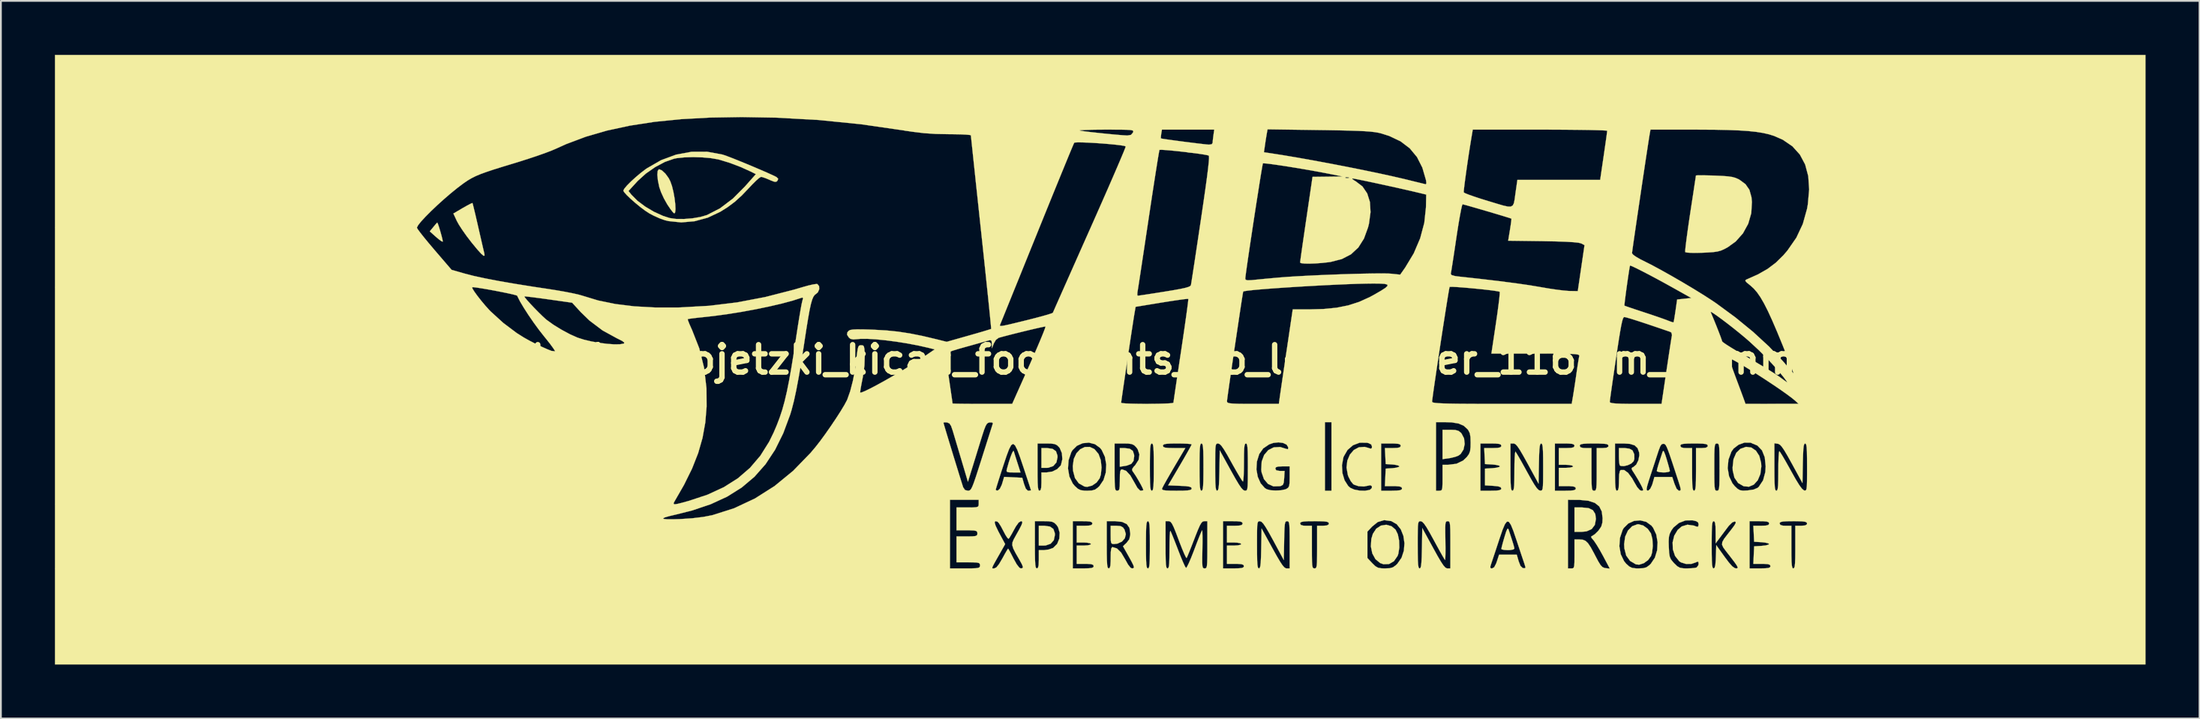
<source format=kicad_pcb>
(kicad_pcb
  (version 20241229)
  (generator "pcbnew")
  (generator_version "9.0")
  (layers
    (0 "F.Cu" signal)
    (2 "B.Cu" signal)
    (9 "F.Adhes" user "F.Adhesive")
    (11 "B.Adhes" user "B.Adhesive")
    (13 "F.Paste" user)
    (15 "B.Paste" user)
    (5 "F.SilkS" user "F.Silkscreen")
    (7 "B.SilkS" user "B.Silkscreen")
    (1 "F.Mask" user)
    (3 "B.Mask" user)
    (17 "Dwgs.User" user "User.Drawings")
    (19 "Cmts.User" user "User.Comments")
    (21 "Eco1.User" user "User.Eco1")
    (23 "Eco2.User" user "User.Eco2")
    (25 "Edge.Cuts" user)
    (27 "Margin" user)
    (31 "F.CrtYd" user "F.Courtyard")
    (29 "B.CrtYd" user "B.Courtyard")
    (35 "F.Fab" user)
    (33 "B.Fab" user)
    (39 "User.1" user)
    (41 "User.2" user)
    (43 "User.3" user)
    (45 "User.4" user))
  (footprint "rchojetzki_rchojetzki_kicad_footprints_lib_logo_viper_116mm_44mm"
    (layer "F.Cu")
    (at 58.062 16.938)
    (property "Reference" "rchojetzki_rchojetzki_kicad_footprints_lib_logo_viper_116mm_44mm" (at 0 0 0) (layer "F.SilkS") (effects (font (size 1.524 1.524) (thickness 0.3))))
    (attr through_hole)
    (fp_poly (pts (xy -2.792 9.272) (xy -2.602 9.407) (xy -2.521 9.641) (xy -2.516 9.738) (xy -2.578 10.029) (xy -2.755 10.229) (xy -3.03 10.324) (xy -3.129 10.329) (xy -3.411 10.329) (xy -3.411 9.229) (xy -3.098 9.229) (xy -2.792 9.272)) (stroke (width 0.01) (type solid)) (fill yes) (layer "F.SilkS"))
    (fp_poly (pts (xy -2.647 4.954) (xy -2.457 5.089) (xy -2.376 5.323) (xy -2.371 5.42) (xy -2.433 5.711) (xy -2.61 5.911) (xy -2.885 6.006) (xy -2.983 6.011) (xy -3.266 6.011) (xy -3.266 4.911) (xy -2.953 4.911) (xy -2.647 4.954)) (stroke (width 0.01) (type solid)) (fill yes) (layer "F.SilkS"))
    (fp_poly (pts (xy 1.638 4.948) (xy 1.812 5.068) (xy 1.883 5.284) (xy 1.887 5.369) (xy 1.85 5.626) (xy 1.725 5.789) (xy 1.488 5.883) (xy 1.382 5.903) (xy 1.089 5.949) (xy 1.089 4.911) (xy 1.347 4.911) (xy 1.638 4.948)) (stroke (width 0.01) (type solid)) (fill yes) (layer "F.SilkS"))
    (fp_poly (pts (xy 27.129 8.249) (xy 27.367 8.366) (xy 27.498 8.574) (xy 27.534 8.848) (xy 27.475 9.179) (xy 27.3 9.411) (xy 27.012 9.54) (xy 26.739 9.567) (xy 26.343 9.567) (xy 26.343 8.213) (xy 26.771 8.213) (xy 27.129 8.249)) (stroke (width 0.01) (type solid)) (fill yes) (layer "F.SilkS"))
    (fp_poly (pts (xy -4.803 5.08) (xy -4.76 5.222) (xy -4.684 5.467) (xy -4.598 5.736) (xy -4.428 6.265) (xy -4.832 6.265) (xy -5.06 6.261) (xy -5.174 6.236) (xy -5.204 6.175) (xy -5.184 6.075) (xy -5.079 5.703) (xy -4.977 5.394) (xy -4.89 5.173) (xy -4.827 5.069) (xy -4.803 5.08)) (stroke (width 0.01) (type solid)) (fill yes) (layer "F.SilkS"))
    (fp_poly (pts (xy 1.128 9.247) (xy 1.265 9.322) (xy 1.351 9.444) (xy 1.423 9.693) (xy 1.368 9.923) (xy 1.207 10.108) (xy 0.958 10.221) (xy 0.757 10.245) (xy 0.659 10.233) (xy 0.606 10.172) (xy 0.585 10.022) (xy 0.581 9.743) (xy 0.581 9.229) (xy 0.905 9.229) (xy 1.128 9.247)) (stroke (width 0.01) (type solid)) (fill yes) (layer "F.SilkS"))
    (fp_poly (pts (xy -36.788 -7.547) (xy -36.725 -7.364) (xy -36.652 -7.122) (xy -36.583 -6.873) (xy -36.533 -6.67) (xy -36.517 -6.563) (xy -36.519 -6.558) (xy -36.59 -6.583) (xy -36.739 -6.69) (xy -36.897 -6.824) (xy -37.241 -7.13) (xy -37.04 -7.375) (xy -36.911 -7.529) (xy -36.833 -7.614) (xy -36.825 -7.62) (xy -36.788 -7.547)) (stroke (width 0.01) (type solid)) (fill yes) (layer "F.SilkS"))
    (fp_poly (pts (xy 19.719 3.906) (xy 19.892 3.953) (xy 20.023 4.051) (xy 20.069 4.102) (xy 20.21 4.372) (xy 20.244 4.687) (xy 20.178 4.993) (xy 20.02 5.24) (xy 19.898 5.331) (xy 19.71 5.402) (xy 19.459 5.463) (xy 19.362 5.479) (xy 19.014 5.527) (xy 19.014 3.895) (xy 19.452 3.895) (xy 19.719 3.906)) (stroke (width 0.01) (type solid)) (fill yes) (layer "F.SilkS"))
    (fp_poly (pts (xy 29.389 4.944) (xy 29.56 5.035) (xy 29.568 5.044) (xy 29.665 5.26) (xy 29.669 5.517) (xy 29.625 5.646) (xy 29.499 5.769) (xy 29.301 5.864) (xy 29.088 5.915) (xy 28.916 5.905) (xy 28.859 5.87) (xy 28.832 5.76) (xy 28.815 5.538) (xy 28.811 5.362) (xy 28.811 4.911) (xy 29.132 4.911) (xy 29.389 4.944)) (stroke (width 0.01) (type solid)) (fill yes) (layer "F.SilkS"))
    (fp_poly (pts (xy 36.169 4.883) (xy 36.421 5.056) (xy 36.608 5.344) (xy 36.709 5.729) (xy 36.721 5.931) (xy 36.668 6.356) (xy 36.523 6.7) (xy 36.304 6.942) (xy 36.033 7.059) (xy 35.741 7.033) (xy 35.432 6.854) (xy 35.228 6.559) (xy 35.132 6.156) (xy 35.125 5.988) (xy 35.176 5.528) (xy 35.328 5.176) (xy 35.558 4.954) (xy 35.874 4.843) (xy 36.169 4.883)) (stroke (width 0.01) (type solid)) (fill yes) (layer "F.SilkS"))
    (fp_poly (pts (xy 16.177 9.253) (xy 16.403 9.443) (xy 16.53 9.702) (xy 16.602 10.055) (xy 16.613 10.439) (xy 16.559 10.788) (xy 16.517 10.906) (xy 16.314 11.198) (xy 16.042 11.356) (xy 15.731 11.366) (xy 15.55 11.302) (xy 15.288 11.086) (xy 15.112 10.765) (xy 15.033 10.377) (xy 15.059 9.959) (xy 15.144 9.676) (xy 15.331 9.39) (xy 15.592 9.22) (xy 15.887 9.172) (xy 16.177 9.253)) (stroke (width 0.01) (type solid)) (fill yes) (layer "F.SilkS"))
    (fp_poly (pts (xy -0.32 4.971) (xy -0.096 5.236) (xy -0.093 5.241) (xy 0.03 5.581) (xy 0.074 5.989) (xy 0.035 6.388) (xy -0.03 6.59) (xy -0.202 6.826) (xy -0.451 6.996) (xy -0.719 7.067) (xy -0.871 7.05) (xy -1.189 6.873) (xy -1.402 6.579) (xy -1.51 6.17) (xy -1.524 5.914) (xy -1.469 5.516) (xy -1.321 5.198) (xy -1.107 4.973) (xy -0.851 4.852) (xy -0.58 4.847) (xy -0.32 4.971)) (stroke (width 0.01) (type solid)) (fill yes) (layer "F.SilkS"))
    (fp_poly (pts (xy 22.682 9.44) (xy 22.741 9.618) (xy 22.826 9.877) (xy 22.871 10.015) (xy 22.948 10.263) (xy 22.997 10.447) (xy 23.005 10.502) (xy 22.94 10.548) (xy 22.773 10.578) (xy 22.642 10.583) (xy 22.435 10.571) (xy 22.304 10.54) (xy 22.279 10.515) (xy 22.302 10.407) (xy 22.36 10.184) (xy 22.443 9.894) (xy 22.453 9.859) (xy 22.545 9.563) (xy 22.609 9.412) (xy 22.654 9.386) (xy 22.682 9.44)) (stroke (width 0.01) (type solid)) (fill yes) (layer "F.SilkS"))
    (fp_poly (pts (xy 31.322 5.123) (xy 31.394 5.312) (xy 31.465 5.539) (xy 31.551 5.834) (xy 31.614 6.066) (xy 31.641 6.19) (xy 31.641 6.195) (xy 31.576 6.235) (xy 31.409 6.261) (xy 31.278 6.265) (xy 31.071 6.251) (xy 30.94 6.213) (xy 30.915 6.184) (xy 30.94 6.063) (xy 31.002 5.845) (xy 31.049 5.697) (xy 31.138 5.426) (xy 31.212 5.197) (xy 31.236 5.122) (xy 31.273 5.065) (xy 31.322 5.123)) (stroke (width 0.01) (type solid)) (fill yes) (layer "F.SilkS"))
    (fp_poly (pts (xy 30.161 9.215) (xy 30.411 9.399) (xy 30.587 9.649) (xy 30.588 9.649) (xy 30.671 9.967) (xy 30.693 10.351) (xy 30.654 10.718) (xy 30.595 10.908) (xy 30.43 11.138) (xy 30.193 11.309) (xy 29.937 11.392) (xy 29.754 11.374) (xy 29.429 11.181) (xy 29.216 10.887) (xy 29.113 10.483) (xy 29.101 10.249) (xy 29.157 9.836) (xy 29.312 9.495) (xy 29.545 9.256) (xy 29.834 9.148) (xy 29.899 9.144) (xy 30.161 9.215)) (stroke (width 0.01) (type solid)) (fill yes) (layer "F.SilkS"))
    (fp_poly (pts (xy -24.341 -10.515) (xy -24.151 -10.338) (xy -23.973 -10.093) (xy -23.881 -9.916) (xy -23.786 -9.647) (xy -23.706 -9.32) (xy -23.643 -8.972) (xy -23.604 -8.641) (xy -23.592 -8.366) (xy -23.612 -8.183) (xy -23.658 -8.128) (xy -23.734 -8.192) (xy -23.866 -8.36) (xy -24.028 -8.599) (xy -24.057 -8.644) (xy -24.238 -8.968) (xy -24.396 -9.313) (xy -24.492 -9.591) (xy -24.57 -9.968) (xy -24.599 -10.279) (xy -24.58 -10.494) (xy -24.512 -10.583) (xy -24.503 -10.583) (xy -24.341 -10.515)) (stroke (width 0.01) (type solid)) (fill yes) (layer "F.SilkS"))
    (fp_poly (pts (xy -34.869 -8.705) (xy -34.843 -8.618) (xy -34.788 -8.395) (xy -34.709 -8.066) (xy -34.614 -7.656) (xy -34.548 -7.366) (xy -34.443 -6.909) (xy -34.35 -6.502) (xy -34.275 -6.177) (xy -34.225 -5.965) (xy -34.21 -5.905) (xy -34.197 -5.784) (xy -34.251 -5.775) (xy -34.38 -5.883) (xy -34.588 -6.112) (xy -34.881 -6.466) (xy -34.928 -6.525) (xy -35.189 -6.865) (xy -35.431 -7.207) (xy -35.626 -7.508) (xy -35.736 -7.707) (xy -35.929 -8.122) (xy -35.411 -8.427) (xy -35.167 -8.565) (xy -34.978 -8.664) (xy -34.877 -8.705) (xy -34.869 -8.705)) (stroke (width 0.01) (type solid)) (fill yes) (layer "F.SilkS"))
    (fp_poly (pts (xy 33.63 -10.243) (xy 33.979 -10.235) (xy 34.129 -10.23) (xy 34.559 -10.211) (xy 34.875 -10.187) (xy 35.108 -10.153) (xy 35.288 -10.103) (xy 35.447 -10.033) (xy 35.507 -10) (xy 35.843 -9.752) (xy 36.059 -9.44) (xy 36.173 -9.032) (xy 36.199 -8.767) (xy 36.163 -8.142) (xy 35.993 -7.553) (xy 35.701 -7.022) (xy 35.3 -6.57) (xy 34.863 -6.254) (xy 34.655 -6.141) (xy 34.474 -6.062) (xy 34.284 -6.011) (xy 34.046 -5.978) (xy 33.724 -5.956) (xy 33.461 -5.944) (xy 33.109 -5.935) (xy 32.812 -5.938) (xy 32.598 -5.952) (xy 32.496 -5.975) (xy 32.493 -5.98) (xy 32.494 -6.08) (xy 32.519 -6.324) (xy 32.564 -6.687) (xy 32.626 -7.147) (xy 32.702 -7.68) (xy 32.769 -8.128) (xy 32.856 -8.699) (xy 32.935 -9.211) (xy 33 -9.644) (xy 33.05 -9.974) (xy 33.081 -10.177) (xy 33.089 -10.234) (xy 33.159 -10.243) (xy 33.347 -10.246) (xy 33.63 -10.243)) (stroke (width 0.01) (type solid)) (fill yes) (layer "F.SilkS"))
    (fp_poly (pts (xy -20.997 -11.402) (xy -20.932 -11.383) (xy -20.739 -11.316) (xy -20.447 -11.205) (xy -20.085 -11.06) (xy -19.681 -10.895) (xy -19.263 -10.72) (xy -18.859 -10.548) (xy -18.498 -10.391) (xy -18.207 -10.259) (xy -18.015 -10.166) (xy -17.975 -10.143) (xy -17.888 -10.054) (xy -17.926 -9.946) (xy -17.997 -9.886) (xy -18.107 -9.89) (xy -18.296 -9.962) (xy -18.369 -9.995) (xy -18.594 -10.089) (xy -18.775 -10.149) (xy -18.839 -10.16) (xy -18.936 -10.105) (xy -19.108 -9.956) (xy -19.327 -9.739) (xy -19.471 -9.585) (xy -19.903 -9.132) (xy -20.298 -8.774) (xy -20.705 -8.47) (xy -21.108 -8.218) (xy -21.8 -7.892) (xy -22.532 -7.694) (xy -23.27 -7.629) (xy -23.979 -7.702) (xy -24.182 -7.751) (xy -24.477 -7.856) (xy -24.813 -8.008) (xy -25.053 -8.135) (xy -25.282 -8.286) (xy -25.549 -8.486) (xy -25.825 -8.713) (xy -26.084 -8.941) (xy -26.299 -9.148) (xy -26.443 -9.309) (xy -26.477 -9.373) (xy -26.203 -9.373) (xy -26.038 -9.167) (xy -25.708 -8.833) (xy -25.276 -8.509) (xy -24.786 -8.218) (xy -24.279 -7.988) (xy -23.912 -7.871) (xy -23.557 -7.821) (xy -23.117 -7.818) (xy -22.647 -7.856) (xy -22.202 -7.933) (xy -21.844 -8.038) (xy -21.118 -8.411) (xy -20.405 -8.951) (xy -19.743 -9.616) (xy -19.126 -10.311) (xy -19.415 -10.456) (xy -19.965 -10.705) (xy -20.559 -10.931) (xy -21.121 -11.104) (xy -21.234 -11.133) (xy -21.63 -11.201) (xy -22.105 -11.243) (xy -22.61 -11.257) (xy -23.095 -11.243) (xy -23.511 -11.2) (xy -23.673 -11.168) (xy -24.179 -10.991) (xy -24.717 -10.705) (xy -25.236 -10.344) (xy -25.685 -9.938) (xy -25.728 -9.892) (xy -26.203 -9.373) (xy -26.477 -9.373) (xy -26.489 -9.395) (xy -26.432 -9.506) (xy -26.28 -9.685) (xy -26.057 -9.909) (xy -25.789 -10.153) (xy -25.502 -10.394) (xy -25.221 -10.606) (xy -25.185 -10.631) (xy -24.392 -11.087) (xy -23.555 -11.396) (xy -22.697 -11.554) (xy -21.837 -11.557) (xy -20.997 -11.402)) (stroke (width 0.01) (type solid)) (fill yes) (layer "F.SilkS"))
    (fp_poly (pts (xy 58.057 16.933) (xy -58.057 16.933) (xy -58.057 8.014) (xy -23.695 8.014) (xy -23.636 8.035) (xy -23.494 8.016) (xy -23.249 7.956) (xy -22.884 7.855) (xy -22.821 7.837) (xy -21.8 7.497) (xy -20.905 7.084) (xy -20.125 6.591) (xy -19.453 6.011) (xy -18.878 5.337) (xy -18.391 4.561) (xy -18.14 4.049) (xy -17.96 3.627) (xy -17.802 3.211) (xy -17.66 2.78) (xy -17.53 2.311) (xy -17.406 1.782) (xy -17.284 1.173) (xy -17.157 0.46) (xy -17.021 -0.378) (xy -16.878 -1.32) (xy -16.796 -1.852) (xy -16.718 -2.338) (xy -16.648 -2.751) (xy -16.592 -3.061) (xy -16.553 -3.238) (xy -16.549 -3.252) (xy -16.507 -3.411) (xy -16.538 -3.453) (xy -16.601 -3.437) (xy -17.091 -3.28) (xy -17.697 -3.117) (xy -18.391 -2.956) (xy -19.144 -2.8) (xy -19.927 -2.656) (xy -20.712 -2.53) (xy -21.469 -2.428) (xy -21.984 -2.371) (xy -22.33 -2.335) (xy -22.618 -2.301) (xy -22.822 -2.273) (xy -22.911 -2.254) (xy -22.913 -2.252) (xy -22.893 -2.169) (xy -22.817 -1.977) (xy -22.701 -1.715) (xy -22.677 -1.665) (xy -22.272 -0.634) (xy -22.003 0.452) (xy -21.87 1.595) (xy -21.863 2.604) (xy -21.936 3.492) (xy -22.09 4.346) (xy -22.332 5.191) (xy -22.671 6.052) (xy -23.117 6.955) (xy -23.633 7.853) (xy -23.688 7.953) (xy -23.695 8.014) (xy -58.057 8.014) (xy -58.057 -4.027) (xy -34.89 -4.027) (xy -34.865 -3.945) (xy -34.758 -3.774) (xy -34.59 -3.542) (xy -34.383 -3.278) (xy -34.158 -3.009) (xy -33.939 -2.765) (xy -33.858 -2.682) (xy -33.157 -2.043) (xy -32.41 -1.481) (xy -32.004 -1.225) (xy -31.697 -1.054) (xy -31.354 -0.878) (xy -31.009 -0.713) (xy -30.693 -0.573) (xy -30.44 -0.473) (xy -30.282 -0.428) (xy -30.271 -0.427) (xy -30.282 -0.483) (xy -30.381 -0.637) (xy -30.551 -0.87) (xy -30.779 -1.159) (xy -30.888 -1.293) (xy -31.173 -1.656) (xy -31.471 -2.064) (xy -31.761 -2.486) (xy -32.02 -2.889) (xy -32.229 -3.24) (xy -32.364 -3.507) (xy -32.368 -3.517) (xy -31.988 -3.517) (xy -31.952 -3.45) (xy -31.829 -3.302) (xy -31.644 -3.097) (xy -31.423 -2.863) (xy -31.19 -2.626) (xy -30.971 -2.412) (xy -30.79 -2.247) (xy -30.746 -2.211) (xy -30.368 -1.939) (xy -29.913 -1.66) (xy -29.444 -1.409) (xy -29.031 -1.225) (xy -28.679 -1.113) (xy -28.268 -1.016) (xy -27.83 -0.937) (xy -27.398 -0.882) (xy -27.005 -0.853) (xy -26.684 -0.856) (xy -26.468 -0.894) (xy -26.452 -0.901) (xy -26.436 -0.953) (xy -26.55 -1.04) (xy -26.799 -1.167) (xy -26.848 -1.19) (xy -27.641 -1.625) (xy -28.374 -2.178) (xy -28.856 -2.647) (xy -29.332 -3.166) (xy -30.65 -3.353) (xy -31.069 -3.411) (xy -31.436 -3.459) (xy -31.726 -3.495) (xy -31.918 -3.515) (xy -31.988 -3.517) (xy -32.368 -3.517) (xy -32.383 -3.554) (xy -32.458 -3.585) (xy -32.647 -3.634) (xy -32.924 -3.695) (xy -33.258 -3.763) (xy -33.622 -3.834) (xy -33.988 -3.901) (xy -34.326 -3.959) (xy -34.608 -4.003) (xy -34.805 -4.028) (xy -34.89 -4.028) (xy -34.89 -4.027) (xy -58.057 -4.027) (xy -58.057 -7.335) (xy -37.955 -7.335) (xy -37.906 -7.246) (xy -37.769 -7.06) (xy -37.561 -6.797) (xy -37.297 -6.476) (xy -36.994 -6.118) (xy -36.992 -6.115) (xy -36.029 -4.994) (xy -35.305 -4.786) (xy -34.801 -4.656) (xy -34.159 -4.517) (xy -33.383 -4.368) (xy -32.479 -4.212) (xy -31.452 -4.048) (xy -30.698 -3.935) (xy -30.215 -3.859) (xy -29.75 -3.778) (xy -29.335 -3.697) (xy -28.999 -3.623) (xy -28.773 -3.56) (xy -28.759 -3.555) (xy -27.885 -3.29) (xy -26.93 -3.094) (xy -25.881 -2.965) (xy -24.724 -2.901) (xy -23.446 -2.901) (xy -23.339 -2.904) (xy -21.726 -2.995) (xy -20.163 -3.185) (xy -18.606 -3.482) (xy -17.008 -3.892) (xy -16.527 -4.034) (xy -16.216 -4.121) (xy -15.952 -4.181) (xy -15.768 -4.207) (xy -15.71 -4.202) (xy -15.614 -4.086) (xy -15.609 -3.911) (xy -15.686 -3.739) (xy -15.781 -3.658) (xy -15.862 -3.596) (xy -15.935 -3.492) (xy -16.003 -3.328) (xy -16.072 -3.085) (xy -16.145 -2.747) (xy -16.226 -2.295) (xy -16.321 -1.713) (xy -16.433 -0.982) (xy -16.44 -0.931) (xy -16.598 0.088) (xy -16.745 0.955) (xy -16.882 1.684) (xy -17.013 2.291) (xy -17.142 2.791) (xy -17.221 3.052) (xy -17.607 4.09) (xy -18.06 5.006) (xy -18.59 5.809) (xy -19.204 6.505) (xy -19.912 7.103) (xy -20.722 7.611) (xy -21.643 8.035) (xy -22.684 8.384) (xy -23.549 8.601) (xy -23.935 8.692) (xy -24.179 8.763) (xy -24.282 8.816) (xy -24.243 8.85) (xy -24.06 8.868) (xy -23.735 8.869) (xy -23.332 8.857) (xy -22.655 8.812) (xy -22.041 8.737) (xy -21.539 8.639) (xy -20.333 8.255) (xy -19.34 7.789) (xy -8.346 7.789) (xy -8.346 11.599) (xy -7.511 11.599) (xy -7.153 11.598) (xy -6.915 11.589) (xy -6.773 11.568) (xy -6.763 11.563) (xy -5.998 11.563) (xy -5.986 11.596) (xy -5.939 11.601) (xy -5.888 11.599) (xy -5.77 11.544) (xy -5.624 11.365) (xy -5.437 11.049) (xy -5.294 10.788) (xy -5.181 10.594) (xy -5.121 10.502) (xy -5.117 10.499) (xy -5.072 10.566) (xy -4.974 10.744) (xy -4.843 10.998) (xy -4.818 11.049) (xy -4.637 11.372) (xy -4.491 11.558) (xy -4.412 11.599) (xy -4.317 11.583) (xy -4.294 11.516) (xy -4.349 11.371) (xy -4.486 11.121) (xy -4.503 11.091) (xy -4.704 10.742) (xy -4.829 10.496) (xy -4.884 10.314) (xy -4.876 10.159) (xy -4.809 9.993) (xy -4.698 9.792) (xy -4.502 9.441) (xy -4.382 9.207) (xy -4.328 9.066) (xy -4.334 8.997) (xy -4.391 8.975) (xy -4.409 8.975) (xy -3.629 8.975) (xy -3.629 10.287) (xy -3.627 10.793) (xy -3.62 11.154) (xy -3.606 11.391) (xy -3.583 11.529) (xy -3.549 11.59) (xy -3.52 11.599) (xy -3.457 11.56) (xy -3.423 11.422) (xy -3.411 11.153) (xy -3.411 11.091) (xy -3.411 10.583) (xy -3.117 10.583) (xy -2.864 10.549) (xy -2.631 10.467) (xy -2.606 10.452) (xy -2.392 10.238) (xy -2.272 9.942) (xy -2.253 9.616) (xy -2.342 9.31) (xy -2.428 9.182) (xy -2.543 9.07) (xy -2.675 9.007) (xy -2.869 8.98) (xy -3.117 8.975) (xy -1.524 8.975) (xy -1.524 11.599) (xy -0.943 11.599) (xy -0.646 11.593) (xy -0.467 11.572) (xy -0.381 11.529) (xy -0.363 11.472) (xy -0.394 11.401) (xy -0.507 11.362) (xy -0.728 11.346) (xy -0.835 11.345) (xy -1.306 11.345) (xy -1.306 10.329) (xy -0.907 10.329) (xy -0.689 10.315) (xy -0.544 10.28) (xy -0.508 10.245) (xy -0.574 10.198) (xy -0.743 10.168) (xy -0.907 10.16) (xy -1.306 10.16) (xy -1.306 9.229) (xy -0.871 9.229) (xy -0.618 9.219) (xy -0.482 9.184) (xy -0.436 9.117) (xy -0.435 9.102) (xy -0.464 9.035) (xy -0.567 8.995) (xy -0.771 8.978) (xy -0.98 8.975) (xy 0.363 8.975) (xy 0.363 10.287) (xy 0.365 10.793) (xy 0.372 11.154) (xy 0.386 11.391) (xy 0.408 11.529) (xy 0.442 11.59) (xy 0.472 11.599) (xy 0.531 11.564) (xy 0.565 11.439) (xy 0.579 11.192) (xy 0.581 11.007) (xy 0.587 10.682) (xy 0.611 10.497) (xy 0.658 10.421) (xy 0.686 10.414) (xy 0.928 10.489) (xy 1.161 10.718) (xy 1.387 11.099) (xy 1.549 11.389) (xy 1.687 11.561) (xy 1.76 11.598) (xy 1.845 11.587) (xy 1.873 11.535) (xy 1.839 11.417) (xy 1.735 11.208) (xy 1.576 10.92) (xy 1.265 10.369) (xy 1.349 10.287) (xy 2.54 10.287) (xy 2.542 10.793) (xy 2.549 11.154) (xy 2.563 11.391) (xy 2.586 11.529) (xy 2.619 11.59) (xy 2.649 11.599) (xy 2.691 11.577) (xy 2.721 11.493) (xy 2.74 11.325) (xy 2.752 11.05) (xy 2.757 10.645) (xy 2.758 10.287) (xy 2.756 9.781) (xy 2.749 9.42) (xy 2.735 9.183) (xy 2.712 9.045) (xy 2.679 8.984) (xy 2.649 8.975) (xy 3.629 8.975) (xy 3.629 10.287) (xy 3.63 10.793) (xy 3.637 11.154) (xy 3.651 11.391) (xy 3.674 11.529) (xy 3.708 11.59) (xy 3.737 11.599) (xy 3.783 11.575) (xy 3.815 11.483) (xy 3.834 11.3) (xy 3.843 11) (xy 3.846 10.557) (xy 3.846 10.527) (xy 3.85 10.129) (xy 3.86 9.808) (xy 3.874 9.592) (xy 3.892 9.51) (xy 3.895 9.512) (xy 3.942 9.607) (xy 4.034 9.826) (xy 4.158 10.138) (xy 4.302 10.51) (xy 4.32 10.559) (xy 4.467 10.934) (xy 4.598 11.248) (xy 4.701 11.471) (xy 4.762 11.573) (xy 4.766 11.576) (xy 4.818 11.513) (xy 4.914 11.321) (xy 5.041 11.027) (xy 5.186 10.66) (xy 5.23 10.544) (xy 5.376 10.158) (xy 5.503 9.835) (xy 5.6 9.603) (xy 5.654 9.49) (xy 5.661 9.484) (xy 5.673 9.563) (xy 5.679 9.778) (xy 5.681 10.1) (xy 5.676 10.494) (xy 5.675 10.541) (xy 5.666 10.98) (xy 5.666 11.277) (xy 5.677 11.46) (xy 5.702 11.556) (xy 5.745 11.593) (xy 5.802 11.599) (xy 5.858 11.592) (xy 5.898 11.554) (xy 5.925 11.46) (xy 5.94 11.286) (xy 5.948 11.006) (xy 5.951 10.597) (xy 5.951 10.287) (xy 5.951 8.975) (xy 6.822 8.975) (xy 6.822 11.599) (xy 7.402 11.599) (xy 7.7 11.593) (xy 7.879 11.572) (xy 7.964 11.529) (xy 7.983 11.472) (xy 7.951 11.401) (xy 7.839 11.362) (xy 7.618 11.346) (xy 7.511 11.345) (xy 7.039 11.345) (xy 7.039 10.329) (xy 7.439 10.329) (xy 7.657 10.315) (xy 7.772 10.287) (xy 8.709 10.287) (xy 8.711 10.795) (xy 8.718 11.156) (xy 8.732 11.394) (xy 8.755 11.531) (xy 8.789 11.591) (xy 8.815 11.599) (xy 8.86 11.571) (xy 8.893 11.471) (xy 8.915 11.275) (xy 8.931 10.958) (xy 8.942 10.497) (xy 8.942 10.49) (xy 8.963 9.38) (xy 9.572 10.49) (xy 9.815 10.926) (xy 9.998 11.235) (xy 10.134 11.437) (xy 10.238 11.551) (xy 10.322 11.596) (xy 10.352 11.599) (xy 10.523 11.599) (xy 10.523 10.287) (xy 10.522 9.789) (xy 10.517 9.437) (xy 10.506 9.203) (xy 10.492 9.102) (xy 11.103 9.102) (xy 11.146 9.185) (xy 11.291 9.224) (xy 11.43 9.229) (xy 11.757 9.229) (xy 11.757 10.414) (xy 11.758 10.883) (xy 11.763 11.209) (xy 11.776 11.417) (xy 11.799 11.534) (xy 11.837 11.586) (xy 11.891 11.599) (xy 11.902 11.599) (xy 11.959 11.591) (xy 11.999 11.547) (xy 12.025 11.442) (xy 12.039 11.25) (xy 12.045 10.946) (xy 12.047 10.502) (xy 12.047 10.414) (xy 12.047 9.554) (xy 14.841 9.554) (xy 14.841 11.02) (xy 15.112 11.31) (xy 15.283 11.476) (xy 15.435 11.563) (xy 15.63 11.595) (xy 15.817 11.599) (xy 16.08 11.588) (xy 16.259 11.538) (xy 16.415 11.427) (xy 16.506 11.338) (xy 16.737 11.007) (xy 16.866 10.615) (xy 16.892 10.287) (xy 17.635 10.287) (xy 17.637 10.795) (xy 17.644 11.156) (xy 17.658 11.394) (xy 17.681 11.531) (xy 17.715 11.591) (xy 17.742 11.599) (xy 17.787 11.572) (xy 17.819 11.472) (xy 17.841 11.277) (xy 17.857 10.961) (xy 17.868 10.502) (xy 17.869 10.479) (xy 17.889 9.359) (xy 18.501 10.479) (xy 18.744 10.918) (xy 18.928 11.231) (xy 19.065 11.435) (xy 19.169 11.551) (xy 19.253 11.596) (xy 19.281 11.599) (xy 19.449 11.599) (xy 19.449 11.575) (xy 21.67 11.575) (xy 21.733 11.599) (xy 21.766 11.599) (xy 25.981 11.599) (xy 26.162 11.599) (xy 26.246 11.594) (xy 26.299 11.556) (xy 26.328 11.454) (xy 26.341 11.256) (xy 26.343 10.931) (xy 26.343 10.795) (xy 26.343 9.991) (xy 26.62 9.991) (xy 26.804 10.005) (xy 26.954 10.065) (xy 27.091 10.194) (xy 27.242 10.418) (xy 27.429 10.76) (xy 27.491 10.88) (xy 27.662 11.204) (xy 27.788 11.407) (xy 27.893 11.52) (xy 28.001 11.571) (xy 28.072 11.584) (xy 28.306 11.61) (xy 27.931 10.906) (xy 27.75 10.579) (xy 27.623 10.367) (xy 28.835 10.367) (xy 28.913 10.813) (xy 29.098 11.197) (xy 29.214 11.338) (xy 29.382 11.49) (xy 29.543 11.569) (xy 29.757 11.597) (xy 29.899 11.599) (xy 30.162 11.587) (xy 30.342 11.536) (xy 30.498 11.423) (xy 30.582 11.341) (xy 30.808 11.005) (xy 30.934 10.592) (xy 30.96 10.145) (xy 30.95 10.085) (xy 31.574 10.085) (xy 31.582 10.401) (xy 31.6 10.728) (xy 31.633 10.941) (xy 31.697 11.093) (xy 31.811 11.238) (xy 31.878 11.311) (xy 32.049 11.477) (xy 32.202 11.563) (xy 32.399 11.596) (xy 32.578 11.599) (xy 32.831 11.591) (xy 33.035 11.569) (xy 33.123 11.548) (xy 33.219 11.43) (xy 33.238 11.333) (xy 33.218 11.222) (xy 33.134 11.236) (xy 33.089 11.263) (xy 32.831 11.35) (xy 32.531 11.349) (xy 32.257 11.264) (xy 32.16 11.199) (xy 31.928 10.904) (xy 31.807 10.542) (xy 31.798 10.287) (xy 33.963 10.287) (xy 33.965 10.795) (xy 33.973 11.157) (xy 33.987 11.395) (xy 34.01 11.533) (xy 34.044 11.592) (xy 34.069 11.599) (xy 34.127 11.559) (xy 34.165 11.42) (xy 34.188 11.154) (xy 34.196 10.953) (xy 34.217 10.306) (xy 34.681 10.953) (xy 34.924 11.277) (xy 35.105 11.48) (xy 35.242 11.58) (xy 35.324 11.599) (xy 35.394 11.588) (xy 35.409 11.541) (xy 35.359 11.437) (xy 35.233 11.255) (xy 35.019 10.974) (xy 34.978 10.92) (xy 34.754 10.635) (xy 34.607 10.434) (xy 34.539 10.28) (xy 34.553 10.135) (xy 34.649 9.961) (xy 34.831 9.723) (xy 35.051 9.442) (xy 35.221 9.214) (xy 35.298 9.079) (xy 35.293 9.011) (xy 35.248 8.99) (xy 35.112 9.039) (xy 34.925 9.222) (xy 34.842 9.327) (xy 34.648 9.586) (xy 34.459 9.838) (xy 34.376 9.948) (xy 34.186 10.202) (xy 34.183 9.588) (xy 34.176 9.26) (xy 34.153 9.069) (xy 34.11 8.986) (xy 34.072 8.975) (xy 36.068 8.975) (xy 36.068 11.599) (xy 36.649 11.599) (xy 36.946 11.593) (xy 37.125 11.572) (xy 37.211 11.529) (xy 37.229 11.472) (xy 37.198 11.401) (xy 37.086 11.362) (xy 36.866 11.346) (xy 36.754 11.345) (xy 36.278 11.345) (xy 36.3 10.858) (xy 36.322 10.372) (xy 36.739 10.346) (xy 36.964 10.321) (xy 37.115 10.28) (xy 37.157 10.245) (xy 37.091 10.2) (xy 36.92 10.162) (xy 36.739 10.143) (xy 36.322 10.118) (xy 36.278 9.229) (xy 36.717 9.229) (xy 36.971 9.219) (xy 37.108 9.185) (xy 37.156 9.119) (xy 37.157 9.102) (xy 37.737 9.102) (xy 37.78 9.185) (xy 37.925 9.224) (xy 38.064 9.229) (xy 38.39 9.229) (xy 38.39 10.414) (xy 38.392 10.892) (xy 38.4 11.225) (xy 38.417 11.437) (xy 38.443 11.553) (xy 38.482 11.597) (xy 38.499 11.599) (xy 38.543 11.576) (xy 38.574 11.488) (xy 38.593 11.313) (xy 38.604 11.026) (xy 38.608 10.602) (xy 38.608 10.414) (xy 38.608 9.229) (xy 38.935 9.229) (xy 39.15 9.212) (xy 39.248 9.156) (xy 39.261 9.102) (xy 39.238 9.044) (xy 39.152 9.006) (xy 38.981 8.985) (xy 38.7 8.976) (xy 38.499 8.975) (xy 38.151 8.979) (xy 37.925 8.993) (xy 37.797 9.021) (xy 37.743 9.068) (xy 37.737 9.102) (xy 37.157 9.102) (xy 37.128 9.035) (xy 37.025 8.995) (xy 36.821 8.978) (xy 36.612 8.975) (xy 36.068 8.975) (xy 34.072 8.975) (xy 34.03 8.997) (xy 34 9.081) (xy 33.981 9.249) (xy 33.969 9.524) (xy 33.964 9.929) (xy 33.963 10.287) (xy 31.798 10.287) (xy 31.793 10.154) (xy 31.884 9.78) (xy 32.076 9.459) (xy 32.302 9.266) (xy 32.617 9.169) (xy 32.979 9.22) (xy 33.111 9.273) (xy 33.211 9.28) (xy 33.238 9.158) (xy 33.211 9.045) (xy 33.106 8.975) (xy 32.902 8.926) (xy 32.513 8.932) (xy 32.145 9.072) (xy 31.841 9.325) (xy 31.727 9.485) (xy 31.637 9.664) (xy 31.589 9.845) (xy 31.574 10.085) (xy 30.95 10.085) (xy 30.885 9.712) (xy 30.709 9.336) (xy 30.615 9.218) (xy 30.33 9.012) (xy 29.996 8.928) (xy 29.65 8.96) (xy 29.332 9.103) (xy 29.081 9.351) (xy 29.017 9.46) (xy 28.868 9.902) (xy 28.835 10.367) (xy 27.623 10.367) (xy 27.576 10.289) (xy 27.436 10.079) (xy 27.387 10.017) (xy 27.278 9.887) (xy 27.273 9.822) (xy 27.348 9.783) (xy 27.48 9.693) (xy 27.646 9.529) (xy 27.691 9.476) (xy 27.83 9.272) (xy 27.892 9.055) (xy 27.904 8.807) (xy 27.859 8.435) (xy 27.719 8.154) (xy 27.474 7.958) (xy 27.115 7.839) (xy 26.633 7.792) (xy 26.507 7.79) (xy 25.981 7.789) (xy 25.981 11.599) (xy 21.766 11.599) (xy 21.883 11.534) (xy 21.991 11.326) (xy 22.029 11.218) (xy 22.154 10.837) (xy 23.138 10.837) (xy 23.241 11.197) (xy 23.342 11.457) (xy 23.463 11.574) (xy 23.499 11.584) (xy 23.598 11.59) (xy 23.619 11.531) (xy 23.57 11.366) (xy 23.558 11.33) (xy 23.495 11.144) (xy 23.393 10.841) (xy 23.267 10.461) (xy 23.129 10.045) (xy 23.116 10.007) (xy 22.948 9.514) (xy 22.813 9.181) (xy 22.698 9.009) (xy 22.591 8.996) (xy 22.479 9.143) (xy 22.349 9.45) (xy 22.189 9.916) (xy 22.164 9.991) (xy 22.029 10.401) (xy 21.902 10.785) (xy 21.798 11.096) (xy 21.736 11.282) (xy 21.672 11.484) (xy 21.67 11.575) (xy 19.449 11.575) (xy 19.449 10.287) (xy 19.448 9.79) (xy 19.444 9.437) (xy 19.433 9.204) (xy 19.413 9.066) (xy 19.382 8.999) (xy 19.335 8.977) (xy 19.3 8.975) (xy 19.239 8.982) (xy 19.198 9.024) (xy 19.174 9.125) (xy 19.164 9.315) (xy 19.165 9.62) (xy 19.173 10.066) (xy 19.173 10.067) (xy 19.178 10.472) (xy 19.176 10.803) (xy 19.168 11.032) (xy 19.154 11.127) (xy 19.15 11.128) (xy 19.098 11.048) (xy 18.983 10.851) (xy 18.821 10.562) (xy 18.627 10.208) (xy 18.533 10.035) (xy 18.297 9.605) (xy 18.119 9.303) (xy 17.986 9.11) (xy 17.885 9.007) (xy 17.803 8.975) (xy 17.798 8.975) (xy 17.736 8.979) (xy 17.692 9.01) (xy 17.664 9.091) (xy 17.646 9.248) (xy 17.638 9.505) (xy 17.635 9.887) (xy 17.635 10.287) (xy 16.892 10.287) (xy 16.899 10.199) (xy 16.84 9.791) (xy 16.695 9.427) (xy 16.468 9.141) (xy 16.17 8.97) (xy 15.772 8.916) (xy 15.415 9.022) (xy 15.107 9.27) (xy 14.841 9.554) (xy 12.047 9.554) (xy 12.047 9.229) (xy 12.373 9.229) (xy 12.589 9.212) (xy 12.687 9.156) (xy 12.7 9.102) (xy 12.677 9.045) (xy 12.593 9.007) (xy 12.426 8.986) (xy 12.151 8.976) (xy 11.902 8.975) (xy 11.544 8.978) (xy 11.309 8.992) (xy 11.173 9.018) (xy 11.113 9.062) (xy 11.103 9.102) (xy 10.492 9.102) (xy 10.486 9.066) (xy 10.454 8.998) (xy 10.408 8.976) (xy 10.38 8.975) (xy 10.321 8.985) (xy 10.28 9.036) (xy 10.253 9.154) (xy 10.236 9.365) (xy 10.224 9.698) (xy 10.217 10.054) (xy 10.196 11.134) (xy 9.616 10.056) (xy 9.377 9.621) (xy 9.197 9.315) (xy 9.063 9.118) (xy 8.961 9.011) (xy 8.879 8.977) (xy 8.872 8.976) (xy 8.81 8.98) (xy 8.766 9.01) (xy 8.737 9.091) (xy 8.72 9.247) (xy 8.712 9.504) (xy 8.709 9.886) (xy 8.709 10.287) (xy 7.772 10.287) (xy 7.802 10.28) (xy 7.838 10.245) (xy 7.772 10.198) (xy 7.603 10.168) (xy 7.439 10.16) (xy 7.039 10.16) (xy 7.039 9.229) (xy 7.475 9.229) (xy 7.728 9.219) (xy 7.863 9.184) (xy 7.909 9.117) (xy 7.91 9.102) (xy 7.882 9.035) (xy 7.779 8.995) (xy 7.575 8.978) (xy 7.366 8.975) (xy 6.822 8.975) (xy 5.951 8.975) (xy 5.778 8.975) (xy 5.699 8.992) (xy 5.624 9.061) (xy 5.538 9.206) (xy 5.428 9.452) (xy 5.281 9.821) (xy 5.224 9.97) (xy 5.077 10.348) (xy 4.949 10.67) (xy 4.853 10.904) (xy 4.801 11.018) (xy 4.798 11.023) (xy 4.755 10.971) (xy 4.668 10.79) (xy 4.548 10.506) (xy 4.406 10.144) (xy 4.363 10.028) (xy 4.201 9.599) (xy 4.081 9.304) (xy 3.989 9.118) (xy 3.913 9.017) (xy 3.84 8.978) (xy 3.801 8.975) (xy 3.629 8.975) (xy 2.649 8.975) (xy 2.607 8.997) (xy 2.577 9.081) (xy 2.557 9.249) (xy 2.546 9.524) (xy 2.541 9.929) (xy 2.54 10.287) (xy 1.349 10.287) (xy 1.467 10.173) (xy 1.615 9.98) (xy 1.667 9.74) (xy 1.669 9.652) (xy 1.623 9.345) (xy 1.476 9.136) (xy 1.219 9.015) (xy 0.842 8.975) (xy 0.825 8.975) (xy 0.363 8.975) (xy -0.98 8.975) (xy -1.524 8.975) (xy -3.117 8.975) (xy -3.629 8.975) (xy -4.409 8.975) (xy -4.529 9.05) (xy -4.684 9.264) (xy -4.784 9.443) (xy -4.919 9.691) (xy -5.03 9.877) (xy -5.088 9.954) (xy -5.151 9.909) (xy -5.258 9.749) (xy -5.379 9.521) (xy -5.512 9.267) (xy -5.632 9.079) (xy -5.705 9.002) (xy -5.828 8.973) (xy -5.864 9.043) (xy -5.813 9.22) (xy -5.672 9.516) (xy -5.611 9.633) (xy -5.28 10.249) (xy -5.53 10.691) (xy -5.743 11.066) (xy -5.886 11.321) (xy -5.968 11.479) (xy -5.998 11.563) (xy -6.763 11.563) (xy -6.702 11.531) (xy -6.678 11.471) (xy -6.677 11.43) (xy -6.687 11.35) (xy -6.739 11.3) (xy -6.858 11.273) (xy -7.072 11.262) (xy -7.33 11.261) (xy -7.983 11.261) (xy -7.983 9.821) (xy -7.402 9.821) (xy -7.113 9.818) (xy -6.94 9.802) (xy -6.853 9.764) (xy -6.824 9.697) (xy -6.822 9.652) (xy -6.834 9.568) (xy -6.89 9.517) (xy -7.018 9.492) (xy -7.249 9.483) (xy -7.402 9.483) (xy -7.983 9.483) (xy -7.983 8.213) (xy -7.366 8.213) (xy -7.067 8.211) (xy -6.885 8.198) (xy -6.79 8.166) (xy -6.755 8.103) (xy -6.749 8.001) (xy -6.749 7.789) (xy -8.346 7.789) (xy -19.34 7.789) (xy -19.182 7.715) (xy -18.089 7.022) (xy -17.058 6.177) (xy -16.094 5.184) (xy -15.813 4.851) (xy -15.557 4.523) (xy -15.269 4.129) (xy -14.969 3.7) (xy -14.837 3.504) (xy -8.709 3.504) (xy -8.685 3.589) (xy -8.621 3.807) (xy -8.525 4.128) (xy -8.404 4.526) (xy -8.268 4.974) (xy -8.125 5.443) (xy -7.982 5.906) (xy -7.85 6.336) (xy -7.735 6.705) (xy -7.647 6.985) (xy -7.613 7.091) (xy -7.506 7.245) (xy -7.35 7.281) (xy -7.284 7.276) (xy -7.226 7.246) (xy -7.214 7.233) (xy -5.806 7.233) (xy -5.747 7.271) (xy -5.679 7.265) (xy -5.573 7.168) (xy -5.469 6.953) (xy -5.444 6.875) (xy -5.337 6.513) (xy -4.833 6.537) (xy -4.33 6.562) (xy -4.227 6.921) (xy -4.132 7.171) (xy -4.026 7.275) (xy -3.985 7.281) (xy -3.871 7.27) (xy -3.846 7.256) (xy -3.871 7.173) (xy -3.94 6.959) (xy -4.044 6.642) (xy -4.174 6.248) (xy -4.268 5.965) (xy -4.457 5.408) (xy -4.606 5.008) (xy -4.729 4.765) (xy -4.837 4.678) (xy -4.945 4.748) (xy -5.063 4.972) (xy -5.205 5.351) (xy -5.383 5.884) (xy -5.392 5.91) (xy -5.532 6.342) (xy -5.652 6.718) (xy -5.743 7.01) (xy -5.796 7.19) (xy -5.806 7.233) (xy -7.214 7.233) (xy -7.167 7.175) (xy -7.1 7.041) (xy -7.017 6.827) (xy -6.909 6.512) (xy -6.768 6.078) (xy -6.586 5.507) (xy -6.568 5.449) (xy -6.401 4.923) (xy -6.316 4.657) (xy -3.483 4.657) (xy -3.483 5.969) (xy -3.482 6.475) (xy -3.475 6.836) (xy -3.461 7.073) (xy -3.438 7.211) (xy -3.404 7.272) (xy -3.375 7.281) (xy -3.311 7.242) (xy -3.277 7.104) (xy -3.266 6.835) (xy -3.266 6.773) (xy -3.266 6.265) (xy -2.972 6.265) (xy -2.656 6.215) (xy -2.383 6.079) (xy -2.355 6.049) (xy -1.79 6.049) (xy -1.713 6.495) (xy -1.528 6.879) (xy -1.412 7.02) (xy -1.243 7.172) (xy -1.083 7.251) (xy -0.869 7.279) (xy -0.726 7.281) (xy -0.463 7.269) (xy -0.284 7.218) (xy -0.127 7.105) (xy -0.043 7.023) (xy 0.183 6.687) (xy 0.309 6.274) (xy 0.335 5.827) (xy 0.26 5.394) (xy 0.083 5.018) (xy -0.01 4.9) (xy -0.295 4.694) (xy -0.443 4.657) (xy 0.798 4.657) (xy 0.798 5.969) (xy 0.799 6.466) (xy 0.804 6.819) (xy 0.815 7.052) (xy 0.835 7.19) (xy 0.866 7.258) (xy 0.913 7.28) (xy 0.943 7.281) (xy 1.02 7.265) (xy 1.063 7.193) (xy 1.083 7.029) (xy 1.089 6.736) (xy 1.089 6.689) (xy 1.093 6.375) (xy 1.113 6.195) (xy 1.154 6.113) (xy 1.218 6.096) (xy 1.442 6.18) (xy 1.672 6.431) (xy 1.897 6.823) (xy 2.069 7.127) (xy 2.212 7.27) (xy 2.257 7.281) (xy 2.371 7.262) (xy 2.395 7.237) (xy 2.356 7.136) (xy 2.259 6.945) (xy 2.128 6.712) (xy 1.992 6.483) (xy 1.875 6.307) (xy 1.862 6.289) (xy 1.779 6.167) (xy 1.773 6.075) (xy 1.847 5.969) (xy 2.758 5.969) (xy 2.76 6.475) (xy 2.767 6.836) (xy 2.78 7.073) (xy 2.803 7.211) (xy 2.837 7.272) (xy 2.867 7.281) (xy 2.909 7.259) (xy 2.938 7.175) (xy 2.94 7.159) (xy 3.436 7.159) (xy 3.439 7.212) (xy 3.506 7.248) (xy 3.657 7.269) (xy 3.913 7.279) (xy 4.238 7.281) (xy 4.608 7.278) (xy 4.855 7.265) (xy 5.001 7.24) (xy 5.068 7.199) (xy 5.08 7.158) (xy 5.05 7.095) (xy 4.943 7.053) (xy 4.737 7.026) (xy 4.426 7.009) (xy 3.772 6.985) (xy 4.368 5.969) (xy 5.515 5.969) (xy 5.517 6.475) (xy 5.524 6.836) (xy 5.538 7.073) (xy 5.561 7.211) (xy 5.595 7.272) (xy 5.624 7.281) (xy 5.666 7.259) (xy 5.696 7.175) (xy 5.716 7.007) (xy 5.727 6.732) (xy 5.732 6.327) (xy 5.733 5.969) (xy 6.386 5.969) (xy 6.388 6.477) (xy 6.395 6.838) (xy 6.41 7.076) (xy 6.433 7.213) (xy 6.467 7.273) (xy 6.493 7.281) (xy 6.538 7.254) (xy 6.57 7.154) (xy 6.593 6.959) (xy 6.608 6.644) (xy 6.62 6.184) (xy 6.62 6.16) (xy 6.64 5.038) (xy 7.257 6.159) (xy 7.505 6.602) (xy 7.693 6.917) (xy 7.833 7.123) (xy 7.939 7.238) (xy 8.022 7.279) (xy 8.037 7.28) (xy 8.099 7.276) (xy 8.143 7.246) (xy 8.172 7.165) (xy 8.189 7.008) (xy 8.197 6.752) (xy 8.2 6.37) (xy 8.2 6.095) (xy 8.676 6.095) (xy 8.751 6.511) (xy 8.912 6.872) (xy 9.143 7.133) (xy 9.253 7.201) (xy 9.462 7.255) (xy 9.747 7.273) (xy 10.042 7.257) (xy 10.281 7.207) (xy 10.338 7.183) (xy 10.436 7.118) (xy 10.492 7.023) (xy 10.517 6.855) (xy 10.523 6.57) (xy 10.523 6.506) (xy 10.523 5.927) (xy 10.124 5.927) (xy 9.883 5.938) (xy 9.759 5.978) (xy 9.725 6.054) (xy 9.779 6.147) (xy 9.953 6.18) (xy 9.983 6.181) (xy 10.241 6.181) (xy 10.218 6.58) (xy 10.196 6.825) (xy 10.148 6.952) (xy 10.046 7.012) (xy 9.979 7.03) (xy 9.621 7.04) (xy 9.32 6.903) (xy 9.094 6.637) (xy 8.963 6.26) (xy 8.944 6.113) (xy 8.968 5.662) (xy 9.105 5.294) (xy 9.335 5.025) (xy 9.638 4.872) (xy 9.995 4.852) (xy 10.331 4.956) (xy 10.431 4.976) (xy 10.441 4.872) (xy 10.439 4.86) (xy 10.348 4.717) (xy 10.156 4.627) (xy 9.9 4.594) (xy 9.619 4.625) (xy 9.385 4.706) (xy 9.053 4.931) (xy 8.832 5.243) (xy 8.702 5.664) (xy 8.676 6.095) (xy 8.2 6.095) (xy 8.201 5.969) (xy 8.199 5.463) (xy 8.192 5.102) (xy 8.178 4.865) (xy 8.155 4.727) (xy 8.121 4.666) (xy 8.092 4.657) (xy 8.046 4.682) (xy 8.014 4.774) (xy 7.995 4.958) (xy 7.986 5.26) (xy 7.983 5.706) (xy 7.983 5.715) (xy 7.979 6.116) (xy 7.968 6.447) (xy 7.951 6.677) (xy 7.931 6.772) (xy 7.928 6.773) (xy 7.872 6.706) (xy 7.754 6.52) (xy 7.589 6.24) (xy 7.391 5.892) (xy 7.293 5.716) (xy 7.053 5.286) (xy 6.872 4.984) (xy 6.737 4.791) (xy 6.635 4.689) (xy 6.552 4.657) (xy 6.55 4.657) (xy 6.488 4.662) (xy 6.444 4.692) (xy 6.415 4.773) (xy 6.398 4.93) (xy 6.389 5.186) (xy 6.387 5.569) (xy 6.386 5.969) (xy 5.733 5.969) (xy 5.731 5.463) (xy 5.724 5.102) (xy 5.71 4.865) (xy 5.688 4.727) (xy 5.654 4.666) (xy 5.624 4.657) (xy 5.582 4.679) (xy 5.552 4.763) (xy 5.533 4.931) (xy 5.521 5.206) (xy 5.516 5.611) (xy 5.515 5.969) (xy 4.368 5.969) (xy 4.426 5.871) (xy 4.648 5.49) (xy 4.837 5.159) (xy 4.981 4.902) (xy 5.064 4.744) (xy 5.08 4.707) (xy 5.012 4.687) (xy 4.829 4.67) (xy 4.559 4.66) (xy 4.282 4.657) (xy 3.924 4.66) (xy 3.689 4.674) (xy 3.553 4.7) (xy 3.493 4.744) (xy 3.483 4.784) (xy 3.51 4.847) (xy 3.605 4.886) (xy 3.795 4.905) (xy 4.104 4.911) (xy 4.106 4.911) (xy 4.728 4.911) (xy 4.102 5.974) (xy 3.881 6.353) (xy 3.688 6.689) (xy 3.54 6.954) (xy 3.452 7.121) (xy 3.436 7.159) (xy 2.94 7.159) (xy 2.958 7.007) (xy 2.97 6.732) (xy 2.975 6.327) (xy 2.975 5.969) (xy 2.974 5.463) (xy 2.967 5.102) (xy 2.953 4.865) (xy 2.93 4.727) (xy 2.896 4.666) (xy 2.867 4.657) (xy 2.825 4.679) (xy 2.795 4.763) (xy 2.775 4.931) (xy 2.764 5.206) (xy 2.759 5.611) (xy 2.758 5.969) (xy 1.847 5.969) (xy 1.855 5.958) (xy 1.949 5.853) (xy 2.133 5.566) (xy 2.177 5.268) (xy 2.082 4.979) (xy 1.999 4.864) (xy 1.884 4.752) (xy 1.752 4.689) (xy 1.558 4.662) (xy 1.31 4.657) (xy 0.798 4.657) (xy -0.443 4.657) (xy -0.629 4.61) (xy -0.975 4.642) (xy -1.293 4.785) (xy -1.544 5.033) (xy -1.608 5.142) (xy -1.757 5.584) (xy -1.79 6.049) (xy -2.355 6.049) (xy -2.198 5.883) (xy -2.179 5.847) (xy -2.104 5.531) (xy -2.129 5.194) (xy -2.249 4.909) (xy -2.283 4.864) (xy -2.398 4.752) (xy -2.53 4.689) (xy -2.724 4.662) (xy -2.972 4.657) (xy -3.483 4.657) (xy -6.316 4.657) (xy -6.251 4.449) (xy -6.124 4.051) (xy -6.029 3.751) (xy -5.973 3.575) (xy -5.961 3.538) (xy -6.003 3.49) (xy -6.137 3.486) (xy -6.224 3.508) (xy -6.296 3.566) (xy -6.367 3.686) (xy -6.449 3.895) (xy -6.555 4.219) (xy -6.652 4.53) (xy -6.794 4.99) (xy -6.939 5.462) (xy -7.07 5.886) (xy -7.157 6.165) (xy -7.348 6.785) (xy -7.708 5.573) (xy -7.847 5.108) (xy -7.979 4.664) (xy -8.093 4.281) (xy -8.176 4.002) (xy -8.196 3.937) (xy -8.286 3.678) (xy -8.376 3.543) (xy -8.496 3.49) (xy -8.515 3.487) (xy -8.657 3.481) (xy -8.709 3.504) (xy -14.837 3.504) (xy -14.815 3.471) (xy 12.482 3.471) (xy 12.482 7.281) (xy 12.845 7.281) (xy 12.845 5.871) (xy 13.427 5.871) (xy 13.453 6.305) (xy 13.573 6.703) (xy 13.774 7.017) (xy 13.892 7.122) (xy 14.114 7.219) (xy 14.411 7.275) (xy 14.716 7.283) (xy 14.961 7.238) (xy 14.98 7.23) (xy 15.087 7.133) (xy 15.091 7.028) (xy 15.004 6.977) (xy 14.934 6.991) (xy 14.649 7.047) (xy 14.347 7.029) (xy 14.097 6.945) (xy 14.052 6.915) (xy 13.918 6.753) (xy 13.79 6.507) (xy 13.754 6.409) (xy 13.681 5.995) (xy 13.725 5.609) (xy 13.867 5.275) (xy 14.087 5.019) (xy 14.367 4.868) (xy 14.688 4.845) (xy 14.875 4.897) (xy 15.027 4.946) (xy 15.086 4.914) (xy 15.095 4.829) (xy 15.052 4.711) (xy 14.943 4.657) (xy 15.603 4.657) (xy 15.603 7.281) (xy 16.183 7.281) (xy 18.651 7.281) (xy 18.832 7.281) (xy 18.92 7.275) (xy 18.974 7.233) (xy 19.002 7.121) (xy 19.012 6.907) (xy 19.014 6.562) (xy 19.014 5.842) (xy 19.322 5.842) (xy 19.789 5.783) (xy 20.158 5.606) (xy 20.36 5.414) (xy 20.48 5.249) (xy 20.544 5.084) (xy 20.57 4.859) (xy 20.573 4.657) (xy 21.118 4.657) (xy 21.118 7.281) (xy 21.699 7.281) (xy 21.999 7.275) (xy 22.179 7.252) (xy 22.263 7.208) (xy 22.279 7.158) (xy 22.238 7.084) (xy 22.099 7.038) (xy 21.839 7.011) (xy 21.826 7.01) (xy 21.372 6.985) (xy 21.372 6.054) (xy 21.79 6.028) (xy 22.014 6.003) (xy 22.165 5.962) (xy 22.207 5.927) (xy 22.141 5.882) (xy 21.971 5.844) (xy 21.79 5.825) (xy 21.372 5.8) (xy 21.35 5.355) (xy 21.328 4.911) (xy 21.804 4.911) (xy 22.07 4.902) (xy 22.218 4.872) (xy 22.276 4.814) (xy 22.279 4.784) (xy 22.252 4.719) (xy 22.153 4.679) (xy 21.956 4.661) (xy 21.699 4.657) (xy 22.787 4.657) (xy 22.787 5.969) (xy 22.789 6.475) (xy 22.796 6.836) (xy 22.81 7.073) (xy 22.833 7.211) (xy 22.867 7.272) (xy 22.896 7.281) (xy 22.942 7.257) (xy 22.973 7.167) (xy 22.992 6.986) (xy 23.002 6.69) (xy 23.005 6.253) (xy 23.005 6.176) (xy 23.009 5.77) (xy 23.021 5.438) (xy 23.038 5.209) (xy 23.059 5.113) (xy 23.064 5.113) (xy 23.122 5.196) (xy 23.242 5.396) (xy 23.408 5.687) (xy 23.605 6.043) (xy 23.699 6.215) (xy 23.939 6.647) (xy 24.119 6.95) (xy 24.254 7.144) (xy 24.357 7.247) (xy 24.438 7.278) (xy 24.5 7.275) (xy 24.544 7.245) (xy 24.573 7.165) (xy 24.59 7.009) (xy 24.599 6.753) (xy 24.601 6.372) (xy 24.602 5.969) (xy 24.6 5.461) (xy 24.593 5.1) (xy 24.578 4.862) (xy 24.555 4.725) (xy 24.521 4.665) (xy 24.495 4.657) (xy 25.255 4.657) (xy 25.255 7.281) (xy 25.835 7.281) (xy 26.133 7.275) (xy 26.312 7.254) (xy 26.398 7.211) (xy 26.416 7.154) (xy 26.385 7.083) (xy 26.272 7.044) (xy 26.051 7.028) (xy 25.944 7.027) (xy 25.473 7.027) (xy 25.473 6.011) (xy 25.872 6.011) (xy 26.09 5.997) (xy 26.235 5.962) (xy 26.271 5.927) (xy 26.205 5.88) (xy 26.036 5.85) (xy 25.872 5.842) (xy 25.473 5.842) (xy 25.473 4.911) (xy 25.908 4.911) (xy 26.161 4.901) (xy 26.297 4.866) (xy 26.343 4.799) (xy 26.343 4.784) (xy 26.634 4.784) (xy 26.676 4.867) (xy 26.822 4.906) (xy 26.96 4.911) (xy 27.287 4.911) (xy 27.287 6.096) (xy 27.288 6.565) (xy 27.293 6.891) (xy 27.306 7.099) (xy 27.33 7.216) (xy 27.367 7.268) (xy 27.421 7.281) (xy 27.432 7.281) (xy 27.489 7.273) (xy 27.529 7.229) (xy 27.555 7.124) (xy 27.569 6.932) (xy 27.576 6.628) (xy 27.577 6.184) (xy 27.577 6.096) (xy 27.577 4.911) (xy 27.904 4.911) (xy 28.119 4.894) (xy 28.217 4.838) (xy 28.23 4.784) (xy 28.207 4.727) (xy 28.124 4.689) (xy 27.956 4.668) (xy 27.681 4.658) (xy 27.432 4.657) (xy 28.593 4.657) (xy 28.593 5.969) (xy 28.595 6.475) (xy 28.602 6.836) (xy 28.616 7.073) (xy 28.639 7.211) (xy 28.672 7.272) (xy 28.702 7.281) (xy 28.763 7.245) (xy 28.797 7.114) (xy 28.81 6.857) (xy 28.811 6.728) (xy 28.824 6.379) (xy 28.864 6.184) (xy 28.907 6.132) (xy 29.104 6.132) (xy 29.32 6.289) (xy 29.547 6.596) (xy 29.642 6.768) (xy 29.826 7.083) (xy 29.971 7.248) (xy 30.056 7.281) (xy 30.142 7.273) (xy 30.159 7.223) (xy 30.139 7.176) (xy 30.349 7.176) (xy 30.358 7.255) (xy 30.406 7.274) (xy 30.456 7.266) (xy 30.553 7.173) (xy 30.65 6.97) (xy 30.68 6.879) (xy 30.782 6.519) (xy 31.774 6.519) (xy 31.899 6.9) (xy 32.014 7.17) (xy 32.132 7.278) (xy 32.156 7.281) (xy 32.222 7.27) (xy 32.243 7.211) (xy 32.215 7.072) (xy 32.136 6.817) (xy 32.116 6.752) (xy 31.913 6.13) (xy 31.754 5.648) (xy 31.632 5.287) (xy 31.54 5.031) (xy 31.47 4.86) (xy 31.43 4.784) (xy 32.222 4.784) (xy 32.264 4.867) (xy 32.41 4.906) (xy 32.548 4.911) (xy 32.875 4.911) (xy 32.875 6.096) (xy 32.877 6.574) (xy 32.885 6.907) (xy 32.901 7.119) (xy 32.928 7.235) (xy 32.966 7.279) (xy 32.984 7.281) (xy 33.028 7.258) (xy 33.058 7.17) (xy 33.078 6.995) (xy 33.088 6.708) (xy 33.092 6.284) (xy 33.093 6.096) (xy 33.093 5.969) (xy 34.109 5.969) (xy 34.109 6.466) (xy 34.114 6.819) (xy 34.125 7.052) (xy 34.145 7.19) (xy 34.177 7.258) (xy 34.223 7.28) (xy 34.254 7.281) (xy 34.309 7.273) (xy 34.348 7.232) (xy 34.374 7.134) (xy 34.389 6.954) (xy 34.396 6.666) (xy 34.399 6.247) (xy 34.399 6.028) (xy 34.852 6.028) (xy 34.928 6.479) (xy 35.117 6.873) (xy 35.246 7.029) (xy 35.403 7.177) (xy 35.538 7.254) (xy 35.707 7.278) (xy 35.966 7.266) (xy 35.966 7.265) (xy 36.297 7.216) (xy 36.515 7.122) (xy 36.579 7.066) (xy 36.819 6.705) (xy 36.943 6.246) (xy 36.96 5.963) (xy 37.447 5.963) (xy 37.449 6.471) (xy 37.456 6.832) (xy 37.469 7.071) (xy 37.492 7.209) (xy 37.526 7.271) (xy 37.556 7.281) (xy 37.601 7.257) (xy 37.632 7.167) (xy 37.651 6.985) (xy 37.661 6.688) (xy 37.665 6.251) (xy 37.665 6.181) (xy 37.668 5.772) (xy 37.679 5.432) (xy 37.695 5.193) (xy 37.715 5.087) (xy 37.719 5.084) (xy 37.775 5.153) (xy 37.893 5.341) (xy 38.058 5.623) (xy 38.255 5.973) (xy 38.36 6.164) (xy 38.624 6.634) (xy 38.828 6.966) (xy 38.979 7.171) (xy 39.086 7.261) (xy 39.104 7.266) (xy 39.163 7.271) (xy 39.206 7.247) (xy 39.233 7.168) (xy 39.25 7.011) (xy 39.258 6.752) (xy 39.261 6.366) (xy 39.261 5.975) (xy 39.259 5.466) (xy 39.252 5.103) (xy 39.238 4.864) (xy 39.215 4.726) (xy 39.181 4.665) (xy 39.154 4.657) (xy 39.109 4.685) (xy 39.077 4.785) (xy 39.054 4.982) (xy 39.038 5.3) (xy 39.027 5.757) (xy 39.007 6.857) (xy 38.419 5.778) (xy 38.18 5.348) (xy 38 5.043) (xy 37.864 4.844) (xy 37.758 4.729) (xy 37.667 4.678) (xy 37.638 4.672) (xy 37.447 4.645) (xy 37.447 5.963) (xy 36.96 5.963) (xy 36.962 5.927) (xy 36.912 5.423) (xy 36.759 5.04) (xy 36.503 4.772) (xy 36.139 4.617) (xy 36.112 4.61) (xy 35.783 4.609) (xy 35.456 4.727) (xy 35.182 4.938) (xy 35.058 5.111) (xy 34.894 5.56) (xy 34.852 6.028) (xy 34.399 6.028) (xy 34.399 5.969) (xy 34.398 5.472) (xy 34.393 5.119) (xy 34.383 4.886) (xy 34.363 4.748) (xy 34.331 4.68) (xy 34.284 4.658) (xy 34.254 4.657) (xy 34.199 4.665) (xy 34.16 4.706) (xy 34.134 4.804) (xy 34.119 4.984) (xy 34.111 5.272) (xy 34.109 5.691) (xy 34.109 5.969) (xy 33.093 5.969) (xy 33.093 4.911) (xy 33.419 4.911) (xy 33.634 4.894) (xy 33.732 4.838) (xy 33.746 4.784) (xy 33.722 4.726) (xy 33.637 4.688) (xy 33.465 4.667) (xy 33.184 4.658) (xy 32.984 4.657) (xy 32.636 4.661) (xy 32.409 4.675) (xy 32.281 4.703) (xy 32.228 4.75) (xy 32.222 4.784) (xy 31.43 4.784) (xy 31.416 4.757) (xy 31.371 4.703) (xy 31.326 4.68) (xy 31.295 4.673) (xy 31.198 4.689) (xy 31.114 4.797) (xy 31.023 5.03) (xy 31.001 5.096) (xy 30.908 5.38) (xy 30.785 5.758) (xy 30.651 6.166) (xy 30.595 6.336) (xy 30.464 6.741) (xy 30.383 7.012) (xy 30.349 7.176) (xy 30.139 7.176) (xy 30.103 7.09) (xy 30.04 6.964) (xy 29.886 6.684) (xy 29.709 6.392) (xy 29.672 6.334) (xy 29.55 6.144) (xy 29.513 6.044) (xy 29.553 5.993) (xy 29.61 5.969) (xy 29.773 5.83) (xy 29.893 5.588) (xy 29.945 5.308) (xy 29.935 5.159) (xy 29.848 4.916) (xy 29.684 4.76) (xy 29.42 4.678) (xy 29.085 4.657) (xy 28.593 4.657) (xy 27.432 4.657) (xy 27.075 4.66) (xy 26.839 4.674) (xy 26.703 4.7) (xy 26.643 4.744) (xy 26.634 4.784) (xy 26.343 4.784) (xy 26.315 4.717) (xy 26.212 4.677) (xy 26.008 4.66) (xy 25.799 4.657) (xy 25.255 4.657) (xy 24.495 4.657) (xy 24.45 4.685) (xy 24.418 4.784) (xy 24.395 4.98) (xy 24.379 5.296) (xy 24.368 5.756) (xy 24.368 5.774) (xy 24.348 6.891) (xy 23.74 5.774) (xy 23.498 5.337) (xy 23.317 5.027) (xy 23.181 4.824) (xy 23.078 4.708) (xy 22.994 4.661) (xy 22.959 4.657) (xy 22.787 4.657) (xy 21.699 4.657) (xy 21.118 4.657) (xy 20.573 4.657) (xy 20.574 4.616) (xy 20.565 4.296) (xy 20.528 4.086) (xy 20.45 3.928) (xy 20.398 3.859) (xy 20.188 3.669) (xy 19.904 3.547) (xy 19.523 3.484) (xy 19.177 3.472) (xy 18.651 3.471) (xy 18.651 7.281) (xy 16.183 7.281) (xy 16.481 7.275) (xy 16.66 7.254) (xy 16.746 7.211) (xy 16.764 7.154) (xy 16.733 7.083) (xy 16.621 7.044) (xy 16.401 7.028) (xy 16.289 7.027) (xy 15.813 7.027) (xy 15.835 6.54) (xy 15.857 6.054) (xy 16.238 6.028) (xy 16.451 6.001) (xy 16.589 5.958) (xy 16.619 5.927) (xy 16.553 5.88) (xy 16.385 5.841) (xy 16.238 5.825) (xy 15.857 5.8) (xy 15.835 5.355) (xy 15.813 4.911) (xy 16.252 4.911) (xy 16.506 4.901) (xy 16.643 4.867) (xy 16.69 4.801) (xy 16.691 4.784) (xy 16.663 4.717) (xy 16.56 4.677) (xy 16.356 4.66) (xy 16.147 4.657) (xy 15.603 4.657) (xy 14.943 4.657) (xy 14.904 4.637) (xy 14.813 4.616) (xy 14.412 4.613) (xy 14.044 4.752) (xy 13.738 5.014) (xy 13.525 5.381) (xy 13.503 5.445) (xy 13.427 5.871) (xy 12.845 5.871) (xy 12.845 3.471) (xy 12.482 3.471) (xy -14.815 3.471) (xy -14.678 3.267) (xy -14.417 2.861) (xy -14.208 2.514) (xy -14.07 2.257) (xy -14.054 2.223) (xy -13.888 1.753) (xy -13.737 1.169) (xy -13.615 0.525) (xy -13.55 0.035) (xy -13.507 -0.347) (xy -13.471 -0.591) (xy -13.432 -0.728) (xy -13.38 -0.789) (xy -13.305 -0.804) (xy -13.28 -0.804) (xy -13.183 -0.794) (xy -13.127 -0.737) (xy -13.098 -0.597) (xy -13.082 -0.336) (xy -13.078 -0.235) (xy -13.096 0.325) (xy -13.185 0.959) (xy -13.206 1.068) (xy -13.27 1.397) (xy -13.315 1.656) (xy -13.335 1.806) (xy -13.334 1.829) (xy -13.249 1.818) (xy -13.056 1.739) (xy -12.773 1.601) (xy -12.419 1.415) (xy -12.014 1.193) (xy -11.577 0.944) (xy -11.127 0.68) (xy -10.683 0.412) (xy -10.264 0.149) (xy -9.89 -0.096) (xy -9.805 -0.154) (xy -9.701 -0.226) (xy -8.563 -0.226) (xy -8.551 -0.079) (xy -8.518 0.199) (xy -8.468 0.573) (xy -8.408 1.009) (xy -8.382 1.185) (xy -8.319 1.619) (xy -8.265 1.988) (xy -8.225 2.263) (xy -8.204 2.414) (xy -8.201 2.434) (xy -8.132 2.44) (xy -7.938 2.446) (xy -7.639 2.45) (xy -7.256 2.453) (xy -6.81 2.455) (xy -6.545 2.455) (xy -4.89 2.455) (xy -4.863 2.395) (xy 1.161 2.395) (xy 1.229 2.415) (xy 1.416 2.431) (xy 1.695 2.443) (xy 2.04 2.45) (xy 2.423 2.454) (xy 2.82 2.453) (xy 3.202 2.449) (xy 3.545 2.44) (xy 3.821 2.428) (xy 4.003 2.411) (xy 4.066 2.392) (xy 4.077 2.313) (xy 7.039 2.313) (xy 7.051 2.361) (xy 7.098 2.398) (xy 7.199 2.423) (xy 7.373 2.44) (xy 7.638 2.45) (xy 8.011 2.454) (xy 8.481 2.455) (xy 9.923 2.455) (xy 9.939 2.337) (xy 18.433 2.337) (xy 18.451 2.363) (xy 18.513 2.386) (xy 18.629 2.404) (xy 18.809 2.419) (xy 19.065 2.431) (xy 19.408 2.44) (xy 19.847 2.447) (xy 20.394 2.451) (xy 21.059 2.454) (xy 21.853 2.455) (xy 22.311 2.455) (xy 26.188 2.455) (xy 26.206 2.349) (xy 28.302 2.349) (xy 28.337 2.388) (xy 28.449 2.416) (xy 28.655 2.436) (xy 28.967 2.448) (xy 29.401 2.454) (xy 29.741 2.455) (xy 31.179 2.455) (xy 31.452 0.614) (xy 31.534 0.069) (xy 31.554 -0.067) (xy 34.94 -0.067) (xy 34.958 0.017) (xy 35.025 0.225) (xy 35.131 0.526) (xy 35.265 0.892) (xy 35.28 0.933) (xy 35.43 1.334) (xy 35.568 1.703) (xy 35.678 2) (xy 35.744 2.18) (xy 35.843 2.455) (xy 37.316 2.453) (xy 38.789 2.452) (xy 38.608 2.285) (xy 38.418 2.128) (xy 38.143 1.923) (xy 37.802 1.681) (xy 37.414 1.417) (xy 36.999 1.141) (xy 36.575 0.866) (xy 36.162 0.605) (xy 35.779 0.37) (xy 35.446 0.173) (xy 35.182 0.027) (xy 35.007 -0.056) (xy 34.94 -0.067) (xy 31.554 -0.067) (xy 31.608 -0.424) (xy 31.672 -0.84) (xy 31.721 -1.152) (xy 31.752 -1.334) (xy 31.758 -1.365) (xy 31.728 -1.502) (xy 31.661 -1.547) (xy 30.969 -1.784) (xy 30.373 -1.985) (xy 29.881 -2.147) (xy 29.503 -2.267) (xy 29.245 -2.342) (xy 29.118 -2.371) (xy 29.114 -2.371) (xy 29.073 -2.35) (xy 29.033 -2.276) (xy 28.99 -2.132) (xy 28.939 -1.9) (xy 28.879 -1.563) (xy 28.804 -1.105) (xy 28.712 -0.506) (xy 28.646 -0.064) (xy 28.556 0.544) (xy 28.474 1.099) (xy 28.405 1.58) (xy 28.351 1.963) (xy 28.316 2.226) (xy 28.302 2.347) (xy 28.302 2.349) (xy 26.206 2.349) (xy 26.264 2.011) (xy 26.31 1.721) (xy 26.37 1.333) (xy 26.432 0.914) (xy 26.453 0.762) (xy 26.507 0.397) (xy 26.556 0.084) (xy 26.593 -0.132) (xy 26.606 -0.191) (xy 26.608 -0.23) (xy 26.585 -0.263) (xy 26.52 -0.288) (xy 26.402 -0.306) (xy 26.214 -0.32) (xy 25.944 -0.329) (xy 25.578 -0.335) (xy 25.1 -0.338) (xy 24.498 -0.339) (xy 24.186 -0.339) (xy 21.728 -0.339) (xy 21.981 -2.03) (xy 22.056 -2.545) (xy 22.117 -3.001) (xy 22.118 -3.004) (xy 29.116 -3.004) (xy 29.19 -2.975) (xy 29.379 -2.909) (xy 29.657 -2.815) (xy 30.002 -2.701) (xy 30.19 -2.639) (xy 30.586 -2.508) (xy 30.956 -2.382) (xy 31.266 -2.274) (xy 31.483 -2.194) (xy 31.532 -2.174) (xy 31.715 -2.105) (xy 31.829 -2.073) (xy 31.844 -2.075) (xy 31.866 -2.163) (xy 31.902 -2.375) (xy 31.945 -2.652) (xy 33.905 -2.652) (xy 34.062 -2.278) (xy 34.216 -1.9) (xy 34.353 -1.551) (xy 34.462 -1.266) (xy 34.529 -1.076) (xy 34.544 -1.018) (xy 34.606 -0.959) (xy 34.78 -0.838) (xy 35.048 -0.669) (xy 35.389 -0.461) (xy 35.785 -0.229) (xy 35.941 -0.139) (xy 36.385 0.119) (xy 36.81 0.371) (xy 37.191 0.603) (xy 37.5 0.798) (xy 37.71 0.939) (xy 37.737 0.959) (xy 37.945 1.112) (xy 38.099 1.222) (xy 38.163 1.263) (xy 38.134 1.211) (xy 38.031 1.068) (xy 37.921 0.924) (xy 37.55 0.479) (xy 37.092 -0.017) (xy 36.584 -0.526) (xy 36.063 -1.009) (xy 35.814 -1.225) (xy 35.501 -1.485) (xy 35.169 -1.752) (xy 34.838 -2.01) (xy 34.529 -2.244) (xy 34.261 -2.44) (xy 34.055 -2.582) (xy 33.931 -2.656) (xy 33.905 -2.652) (xy 31.945 -2.652) (xy 31.947 -2.668) (xy 31.955 -2.72) (xy 32.044 -3.344) (xy 32.437 -3.387) (xy 32.83 -3.429) (xy 31.818 -3.996) (xy 31.349 -4.256) (xy 30.893 -4.504) (xy 30.466 -4.731) (xy 30.089 -4.926) (xy 29.78 -5.082) (xy 29.557 -5.187) (xy 29.44 -5.232) (xy 29.427 -5.231) (xy 29.407 -5.141) (xy 29.371 -4.923) (xy 29.324 -4.615) (xy 29.272 -4.256) (xy 29.22 -3.882) (xy 29.174 -3.533) (xy 29.138 -3.245) (xy 29.118 -3.057) (xy 29.116 -3.004) (xy 22.118 -3.004) (xy 22.163 -3.374) (xy 22.189 -3.637) (xy 22.193 -3.765) (xy 22.191 -3.772) (xy 22.106 -3.797) (xy 21.906 -3.829) (xy 21.616 -3.867) (xy 21.266 -3.907) (xy 20.882 -3.946) (xy 20.492 -3.983) (xy 20.124 -4.014) (xy 19.805 -4.037) (xy 19.563 -4.049) (xy 19.426 -4.047) (xy 19.406 -4.041) (xy 19.386 -3.952) (xy 19.345 -3.718) (xy 19.286 -3.362) (xy 19.213 -2.906) (xy 19.129 -2.371) (xy 19.037 -1.782) (xy 18.941 -1.159) (xy 18.845 -0.526) (xy 18.751 0.097) (xy 18.663 0.685) (xy 18.585 1.218) (xy 18.519 1.672) (xy 18.47 2.026) (xy 18.44 2.257) (xy 18.433 2.337) (xy 9.939 2.337) (xy 9.966 2.138) (xy 9.989 1.972) (xy 10.034 1.664) (xy 10.096 1.24) (xy 10.172 0.725) (xy 10.257 0.144) (xy 10.349 -0.477) (xy 10.351 -0.487) (xy 10.693 -2.794) (xy 11.571 -2.794) (xy 12.407 -2.817) (xy 13.133 -2.889) (xy 13.781 -3.019) (xy 14.381 -3.212) (xy 14.964 -3.476) (xy 15.216 -3.612) (xy 15.599 -3.834) (xy 15.848 -3.995) (xy 15.962 -4.106) (xy 15.942 -4.176) (xy 15.785 -4.215) (xy 15.491 -4.23) (xy 15.158 -4.233) (xy 14.763 -4.228) (xy 14.283 -4.216) (xy 13.736 -4.196) (xy 13.139 -4.17) (xy 12.507 -4.14) (xy 11.858 -4.105) (xy 11.208 -4.068) (xy 10.572 -4.028) (xy 9.969 -3.988) (xy 9.414 -3.948) (xy 8.924 -3.909) (xy 8.515 -3.872) (xy 8.204 -3.838) (xy 8.007 -3.808) (xy 7.942 -3.787) (xy 7.925 -3.7) (xy 7.887 -3.468) (xy 7.832 -3.115) (xy 7.763 -2.663) (xy 7.684 -2.135) (xy 7.597 -1.554) (xy 7.506 -0.943) (xy 7.414 -0.324) (xy 7.326 0.279) (xy 7.243 0.845) (xy 7.17 1.35) (xy 7.11 1.772) (xy 7.067 2.087) (xy 7.043 2.274) (xy 7.039 2.313) (xy 4.077 2.313) (xy 4.079 2.296) (xy 4.114 2.054) (xy 4.168 1.684) (xy 4.239 1.206) (xy 4.324 0.641) (xy 4.418 0.007) (xy 4.496 -0.508) (xy 4.596 -1.178) (xy 4.686 -1.794) (xy 4.763 -2.337) (xy 4.825 -2.785) (xy 4.869 -3.121) (xy 4.892 -3.324) (xy 4.893 -3.379) (xy 4.816 -3.378) (xy 4.617 -3.356) (xy 4.318 -3.315) (xy 3.941 -3.259) (xy 3.509 -3.191) (xy 3.414 -3.176) (xy 1.965 -2.938) (xy 1.891 -2.506) (xy 1.858 -2.304) (xy 1.808 -1.978) (xy 1.743 -1.556) (xy 1.668 -1.062) (xy 1.587 -0.523) (xy 1.503 0.037) (xy 1.421 0.591) (xy 1.344 1.114) (xy 1.275 1.581) (xy 1.22 1.965) (xy 1.181 2.241) (xy 1.162 2.383) (xy 1.161 2.395) (xy -4.863 2.395) (xy -3.937 0.318) (xy -3.695 -0.232) (xy -3.479 -0.731) (xy -3.297 -1.161) (xy -3.158 -1.501) (xy -3.069 -1.734) (xy -3.039 -1.839) (xy -3.04 -1.844) (xy -3.122 -1.833) (xy -3.318 -1.792) (xy -3.602 -1.728) (xy -3.947 -1.647) (xy -4.326 -1.555) (xy -4.711 -1.46) (xy -5.077 -1.367) (xy -5.395 -1.284) (xy -5.639 -1.216) (xy -5.642 -1.215) (xy -5.796 -1.099) (xy -5.912 -0.9) (xy -6.012 -0.635) (xy -6.018 -0.877) (xy -6.038 -1.046) (xy -6.113 -1.087) (xy -6.187 -1.071) (xy -6.312 -1.036) (xy -6.55 -0.969) (xy -6.871 -0.879) (xy -7.247 -0.774) (xy -7.457 -0.716) (xy -7.877 -0.598) (xy -8.175 -0.507) (xy -8.373 -0.435) (xy -8.49 -0.372) (xy -8.546 -0.311) (xy -8.562 -0.241) (xy -8.563 -0.226) (xy -9.701 -0.226) (xy -9.195 -0.573) (xy -9.551 -0.662) (xy -10.109 -0.788) (xy -10.708 -0.902) (xy -11.318 -1) (xy -11.913 -1.077) (xy -12.464 -1.132) (xy -12.943 -1.16) (xy -13.322 -1.158) (xy -13.471 -1.144) (xy -13.719 -1.124) (xy -13.874 -1.158) (xy -13.961 -1.229) (xy -14.065 -1.391) (xy -14.045 -1.521) (xy -13.968 -1.61) (xy -13.89 -1.65) (xy -13.741 -1.675) (xy -13.503 -1.686) (xy -13.159 -1.684) (xy -12.692 -1.67) (xy -12.571 -1.665) (xy -11.873 -1.625) (xy -11.221 -1.558) (xy -10.57 -1.458) (xy -9.872 -1.319) (xy -9.108 -1.138) (xy -8.527 -0.993) (xy -7.302 -1.34) (xy -6.902 -1.454) (xy -6.555 -1.555) (xy -6.283 -1.637) (xy -6.11 -1.691) (xy -6.057 -1.711) (xy -6.063 -1.797) (xy -6.071 -1.892) (xy -5.575 -1.892) (xy -5.546 -1.875) (xy -5.466 -1.876) (xy -5.318 -1.901) (xy -5.086 -1.951) (xy -4.753 -2.03) (xy -4.303 -2.14) (xy -4.035 -2.206) (xy -3.607 -2.315) (xy -3.231 -2.415) (xy -2.928 -2.501) (xy -2.721 -2.567) (xy -2.632 -2.606) (xy -2.63 -2.608) (xy -2.594 -2.692) (xy -2.497 -2.913) (xy -2.345 -3.257) (xy -2.193 -3.599) (xy 2.058 -3.599) (xy 2.085 -3.554) (xy 2.171 -3.565) (xy 2.378 -3.595) (xy 2.683 -3.641) (xy 3.065 -3.7) (xy 3.499 -3.769) (xy 3.573 -3.781) (xy 4.084 -3.865) (xy 4.467 -3.935) (xy 4.738 -3.994) (xy 4.913 -4.047) (xy 5.008 -4.099) (xy 5.038 -4.142) (xy 5.057 -4.252) (xy 5.096 -4.498) (xy 8.056 -4.498) (xy 8.085 -4.437) (xy 8.19 -4.412) (xy 8.398 -4.42) (xy 8.545 -4.434) (xy 8.81 -4.461) (xy 9.172 -4.496) (xy 9.586 -4.534) (xy 10.003 -4.571) (xy 10.021 -4.572) (xy 10.453 -4.605) (xy 10.969 -4.637) (xy 11.549 -4.668) (xy 12.17 -4.698) (xy 12.813 -4.724) (xy 13.456 -4.748) (xy 14.079 -4.767) (xy 14.66 -4.781) (xy 15.179 -4.79) (xy 15.615 -4.793) (xy 15.948 -4.79) (xy 16.151 -4.779) (xy 16.662 -4.725) (xy 16.694 -4.77) (xy 19.47 -4.77) (xy 19.518 -4.702) (xy 19.71 -4.648) (xy 19.897 -4.623) (xy 21.1 -4.491) (xy 22.159 -4.366) (xy 23.074 -4.248) (xy 23.845 -4.137) (xy 24.471 -4.032) (xy 24.493 -4.028) (xy 24.92 -3.955) (xy 25.339 -3.893) (xy 25.71 -3.847) (xy 25.991 -3.822) (xy 26.054 -3.819) (xy 26.526 -3.81) (xy 26.713 -5.088) (xy 26.834 -5.914) (xy 29.538 -5.914) (xy 29.601 -5.833) (xy 29.77 -5.713) (xy 30.014 -5.574) (xy 30.136 -5.513) (xy 30.591 -5.284) (xy 31.136 -4.991) (xy 31.737 -4.654) (xy 32.359 -4.294) (xy 32.969 -3.93) (xy 33.531 -3.583) (xy 34.011 -3.272) (xy 34.207 -3.139) (xy 35.277 -2.353) (xy 36.262 -1.547) (xy 37.144 -0.735) (xy 37.906 0.067) (xy 38.098 0.289) (xy 38.286 0.511) (xy 38.43 0.678) (xy 38.505 0.759) (xy 38.51 0.762) (xy 38.489 0.691) (xy 38.42 0.502) (xy 38.315 0.23) (xy 38.267 0.106) (xy 37.907 -0.798) (xy 37.594 -1.559) (xy 37.321 -2.193) (xy 37.082 -2.713) (xy 36.868 -3.134) (xy 36.672 -3.471) (xy 36.487 -3.738) (xy 36.305 -3.949) (xy 36.118 -4.12) (xy 36.08 -4.15) (xy 35.901 -4.297) (xy 35.832 -4.384) (xy 35.858 -4.437) (xy 35.895 -4.454) (xy 36.537 -4.741) (xy 37.069 -5.044) (xy 37.527 -5.39) (xy 37.946 -5.803) (xy 38.171 -6.065) (xy 38.666 -6.778) (xy 39.026 -7.544) (xy 39.26 -8.382) (xy 39.305 -8.638) (xy 39.378 -9.464) (xy 39.328 -10.2) (xy 39.156 -10.846) (xy 38.862 -11.399) (xy 38.448 -11.858) (xy 37.914 -12.223) (xy 37.43 -12.435) (xy 37.142 -12.525) (xy 36.817 -12.599) (xy 36.442 -12.659) (xy 36 -12.706) (xy 35.478 -12.741) (xy 34.86 -12.764) (xy 34.131 -12.779) (xy 33.277 -12.784) (xy 33.018 -12.785) (xy 30.564 -12.785) (xy 30.522 -12.552) (xy 30.492 -12.368) (xy 30.442 -12.051) (xy 30.377 -11.624) (xy 30.298 -11.108) (xy 30.211 -10.527) (xy 30.117 -9.901) (xy 30.021 -9.253) (xy 29.925 -8.605) (xy 29.832 -7.979) (xy 29.747 -7.397) (xy 29.672 -6.881) (xy 29.61 -6.454) (xy 29.566 -6.136) (xy 29.541 -5.951) (xy 29.538 -5.914) (xy 26.834 -5.914) (xy 26.9 -6.365) (xy 26.712 -6.463) (xy 26.567 -6.499) (xy 26.28 -6.529) (xy 25.856 -6.554) (xy 25.298 -6.573) (xy 24.609 -6.586) (xy 24.593 -6.587) (xy 22.66 -6.612) (xy 22.759 -7.216) (xy 22.805 -7.511) (xy 22.834 -7.731) (xy 22.842 -7.833) (xy 22.841 -7.836) (xy 22.765 -7.863) (xy 22.575 -7.924) (xy 22.298 -8.009) (xy 21.96 -8.11) (xy 21.588 -8.221) (xy 21.208 -8.332) (xy 20.848 -8.437) (xy 20.534 -8.527) (xy 20.293 -8.595) (xy 20.151 -8.631) (xy 20.127 -8.636) (xy 20.094 -8.556) (xy 20.043 -8.333) (xy 19.978 -7.99) (xy 19.902 -7.55) (xy 19.821 -7.037) (xy 19.778 -6.752) (xy 19.697 -6.204) (xy 19.622 -5.71) (xy 19.558 -5.295) (xy 19.509 -4.985) (xy 19.477 -4.804) (xy 19.47 -4.77) (xy 16.694 -4.77) (xy 16.937 -5.116) (xy 17.415 -5.909) (xy 17.772 -6.746) (xy 18.001 -7.605) (xy 18.093 -8.465) (xy 18.094 -8.504) (xy 18.107 -9.176) (xy 17.635 -9.29) (xy 17.595 -9.299) (xy 20.191 -9.299) (xy 20.191 -9.298) (xy 20.266 -9.252) (xy 20.459 -9.174) (xy 20.749 -9.071) (xy 21.113 -8.951) (xy 21.53 -8.822) (xy 21.555 -8.815) (xy 22.032 -8.67) (xy 22.386 -8.566) (xy 22.637 -8.51) (xy 22.806 -8.509) (xy 22.913 -8.569) (xy 22.977 -8.697) (xy 23.018 -8.9) (xy 23.056 -9.185) (xy 23.077 -9.335) (xy 23.171 -9.991) (xy 27.769 -9.991) (xy 27.965 -11.324) (xy 28.031 -11.781) (xy 28.088 -12.178) (xy 28.131 -12.486) (xy 28.155 -12.676) (xy 28.159 -12.721) (xy 28.089 -12.733) (xy 27.886 -12.745) (xy 27.566 -12.755) (xy 27.142 -12.765) (xy 26.626 -12.772) (xy 26.033 -12.778) (xy 25.376 -12.783) (xy 24.669 -12.785) (xy 24.425 -12.785) (xy 20.693 -12.785) (xy 20.618 -12.34) (xy 20.546 -11.898) (xy 20.47 -11.414) (xy 20.396 -10.918) (xy 20.328 -10.441) (xy 20.269 -10.01) (xy 20.224 -9.657) (xy 20.196 -9.41) (xy 20.191 -9.299) (xy 17.595 -9.299) (xy 17.301 -9.368) (xy 16.899 -9.46) (xy 16.452 -9.561) (xy 15.984 -9.664) (xy 15.517 -9.766) (xy 15.075 -9.861) (xy 14.68 -9.944) (xy 14.356 -10.01) (xy 14.126 -10.055) (xy 14.013 -10.073) (xy 14.008 -10.073) (xy 13.999 -10.043) (xy 14.099 -9.966) (xy 14.188 -9.915) (xy 14.565 -9.629) (xy 14.83 -9.24) (xy 14.981 -8.76) (xy 15.014 -8.198) (xy 14.929 -7.564) (xy 14.877 -7.354) (xy 14.65 -6.73) (xy 14.336 -6.233) (xy 13.928 -5.855) (xy 13.418 -5.591) (xy 12.798 -5.432) (xy 12.7 -5.418) (xy 12.325 -5.376) (xy 11.957 -5.349) (xy 11.623 -5.337) (xy 11.35 -5.342) (xy 11.168 -5.362) (xy 11.102 -5.397) (xy 11.114 -5.494) (xy 11.147 -5.736) (xy 11.198 -6.101) (xy 11.265 -6.568) (xy 11.345 -7.114) (xy 11.433 -7.718) (xy 11.447 -7.81) (xy 11.784 -10.101) (xy 13.616 -10.101) (xy 13.716 -10.089) (xy 13.819 -10.102) (xy 13.807 -10.131) (xy 13.658 -10.143) (xy 13.625 -10.131) (xy 13.616 -10.101) (xy 11.784 -10.101) (xy 11.793 -10.16) (xy 12.627 -10.17) (xy 13.462 -10.181) (xy 12.7 -10.333) (xy 12.257 -10.418) (xy 11.776 -10.506) (xy 11.276 -10.593) (xy 10.779 -10.676) (xy 10.307 -10.752) (xy 9.879 -10.816) (xy 9.517 -10.867) (xy 9.243 -10.901) (xy 9.076 -10.913) (xy 9.036 -10.909) (xy 9.016 -10.819) (xy 8.975 -10.585) (xy 8.915 -10.229) (xy 8.842 -9.772) (xy 8.758 -9.237) (xy 8.665 -8.647) (xy 8.569 -8.023) (xy 8.472 -7.387) (xy 8.378 -6.763) (xy 8.289 -6.172) (xy 8.21 -5.636) (xy 8.144 -5.178) (xy 8.094 -4.82) (xy 8.064 -4.584) (xy 8.056 -4.498) (xy 5.096 -4.498) (xy 5.098 -4.511) (xy 5.158 -4.9) (xy 5.235 -5.401) (xy 5.325 -5.997) (xy 5.426 -6.669) (xy 5.535 -7.4) (xy 5.592 -7.778) (xy 5.729 -8.708) (xy 5.84 -9.481) (xy 5.926 -10.106) (xy 5.987 -10.592) (xy 6.026 -10.95) (xy 6.044 -11.187) (xy 6.04 -11.314) (xy 6.029 -11.341) (xy 5.932 -11.369) (xy 5.722 -11.407) (xy 5.427 -11.451) (xy 5.073 -11.497) (xy 4.828 -11.527) (xy 9.093 -11.527) (xy 9.463 -11.472) (xy 10.167 -11.362) (xy 10.968 -11.227) (xy 11.837 -11.072) (xy 12.745 -10.903) (xy 13.664 -10.726) (xy 14.564 -10.546) (xy 15.416 -10.369) (xy 16.192 -10.2) (xy 16.862 -10.046) (xy 17.058 -9.998) (xy 17.418 -9.909) (xy 17.726 -9.834) (xy 17.956 -9.778) (xy 18.078 -9.749) (xy 18.09 -9.747) (xy 18.115 -9.809) (xy 18.097 -9.97) (xy 17.893 -10.672) (xy 17.594 -11.262) (xy 17.193 -11.746) (xy 16.683 -12.134) (xy 16.055 -12.432) (xy 15.594 -12.578) (xy 15.429 -12.616) (xy 15.233 -12.648) (xy 14.992 -12.675) (xy 14.689 -12.697) (xy 14.31 -12.715) (xy 13.839 -12.73) (xy 13.261 -12.744) (xy 12.561 -12.756) (xy 12.177 -12.761) (xy 9.295 -12.801) (xy 9.258 -12.602) (xy 9.224 -12.403) (xy 9.179 -12.119) (xy 9.157 -11.965) (xy 9.093 -11.527) (xy 4.828 -11.527) (xy 4.69 -11.544) (xy 4.305 -11.587) (xy 3.946 -11.623) (xy 3.64 -11.649) (xy 3.415 -11.663) (xy 3.299 -11.66) (xy 3.29 -11.656) (xy 3.271 -11.566) (xy 3.229 -11.326) (xy 3.168 -10.953) (xy 3.09 -10.463) (xy 2.998 -9.873) (xy 2.894 -9.199) (xy 2.782 -8.459) (xy 2.679 -7.775) (xy 2.56 -6.984) (xy 2.449 -6.24) (xy 2.346 -5.561) (xy 2.256 -4.963) (xy 2.18 -4.465) (xy 2.121 -4.084) (xy 2.082 -3.837) (xy 2.067 -3.747) (xy 2.058 -3.599) (xy -2.193 -3.599) (xy -2.143 -3.713) (xy -1.897 -4.266) (xy -1.614 -4.904) (xy -1.299 -5.614) (xy -0.958 -6.382) (xy -0.596 -7.195) (xy -0.581 -7.228) (xy -0.22 -8.042) (xy 0.12 -8.812) (xy 0.433 -9.524) (xy 0.712 -10.165) (xy 0.953 -10.723) (xy 1.149 -11.183) (xy 1.296 -11.533) (xy 1.387 -11.76) (xy 1.416 -11.851) (xy 1.416 -11.852) (xy 1.334 -11.881) (xy 1.134 -11.914) (xy 0.843 -11.949) (xy 0.49 -11.983) (xy 0.102 -12.015) (xy -0.295 -12.042) (xy -0.672 -12.063) (xy -1.002 -12.075) (xy -1.258 -12.077) (xy -1.413 -12.067) (xy -1.444 -12.056) (xy -1.484 -11.968) (xy -1.581 -11.74) (xy -1.729 -11.385) (xy -1.922 -10.915) (xy -2.156 -10.344) (xy -2.426 -9.684) (xy -2.725 -8.95) (xy -3.049 -8.152) (xy -3.392 -7.305) (xy -3.521 -6.985) (xy -3.87 -6.124) (xy -4.2 -5.307) (xy -4.506 -4.549) (xy -4.785 -3.862) (xy -5.029 -3.258) (xy -5.234 -2.752) (xy -5.395 -2.354) (xy -5.506 -2.08) (xy -5.563 -1.941) (xy -5.569 -1.926) (xy -5.575 -1.892) (xy -6.071 -1.892) (xy -6.085 -2.037) (xy -6.122 -2.416) (xy -6.173 -2.921) (xy -6.236 -3.537) (xy -6.311 -4.25) (xy -6.394 -5.046) (xy -6.486 -5.91) (xy -6.584 -6.829) (xy -6.61 -7.07) (xy -6.71 -8.001) (xy -6.804 -8.883) (xy -6.892 -9.701) (xy -6.97 -10.441) (xy -7.039 -11.087) (xy -7.096 -11.627) (xy -7.14 -12.045) (xy -7.17 -12.327) (xy -7.174 -12.376) (xy 3.368 -12.376) (xy 3.37 -12.297) (xy 3.444 -12.281) (xy 3.635 -12.251) (xy 3.915 -12.211) (xy 4.257 -12.165) (xy 4.632 -12.115) (xy 5.015 -12.067) (xy 5.376 -12.022) (xy 5.688 -11.985) (xy 5.924 -11.959) (xy 6.042 -11.949) (xy 6.192 -11.974) (xy 6.242 -12.044) (xy 6.254 -12.193) (xy 6.282 -12.423) (xy 6.288 -12.467) (xy 6.333 -12.785) (xy 3.428 -12.785) (xy 3.389 -12.552) (xy 3.368 -12.376) (xy -7.174 -12.376) (xy -7.183 -12.459) (xy -7.183 -12.467) (xy -7.252 -12.488) (xy -7.443 -12.506) (xy -7.731 -12.52) (xy -8.094 -12.528) (xy -8.416 -12.531) (xy -9.128 -12.544) (xy -9.785 -12.588) (xy -10.46 -12.67) (xy -10.902 -12.738) (xy -10.905 -12.739) (xy -1.146 -12.739) (xy -1.067 -12.719) (xy -0.87 -12.69) (xy -0.582 -12.654) (xy -0.232 -12.615) (xy 0.154 -12.574) (xy 0.548 -12.535) (xy 0.924 -12.5) (xy 1.255 -12.473) (xy 1.503 -12.458) (xy 1.707 -12.492) (xy 1.814 -12.615) (xy 1.836 -12.671) (xy 1.831 -12.713) (xy 1.782 -12.744) (xy 1.671 -12.764) (xy 1.482 -12.776) (xy 1.197 -12.782) (xy 0.799 -12.784) (xy 0.353 -12.785) (xy -0.099 -12.783) (xy -0.494 -12.777) (xy -0.814 -12.768) (xy -1.036 -12.757) (xy -1.141 -12.744) (xy -1.146 -12.739) (xy -10.905 -12.739) (xy -13.287 -13.083) (xy -15.63 -13.319) (xy -17.988 -13.45) (xy -19.921 -13.483) (xy -21.657 -13.455) (xy -23.265 -13.367) (xy -24.753 -13.218) (xy -26.128 -13.006) (xy -27.399 -12.731) (xy -28.574 -12.39) (xy -29.66 -11.982) (xy -30.243 -11.719) (xy -30.488 -11.615) (xy -30.844 -11.48) (xy -31.283 -11.325) (xy -31.777 -11.161) (xy -32.295 -10.996) (xy -32.566 -10.913) (xy -33.192 -10.723) (xy -33.698 -10.565) (xy -34.102 -10.43) (xy -34.426 -10.312) (xy -34.69 -10.201) (xy -34.912 -10.09) (xy -35.115 -9.971) (xy -35.316 -9.835) (xy -35.353 -9.81) (xy -35.69 -9.557) (xy -36.059 -9.258) (xy -36.441 -8.93) (xy -36.817 -8.59) (xy -37.168 -8.257) (xy -37.475 -7.948) (xy -37.722 -7.681) (xy -37.887 -7.473) (xy -37.954 -7.342) (xy -37.955 -7.335) (xy -58.057 -7.335) (xy -58.057 -16.933) (xy 58.057 -16.933) (xy 58.057 16.933)) (stroke (width 0.01) (type solid)) (fill yes) (layer "F.SilkS")))
  (gr_rect
    (start -3 -3)
    (end 119.124 36.877)
    (stroke (width 0.1) (type default))
    (fill no)
    (layer "Edge.Cuts")))
</source>
